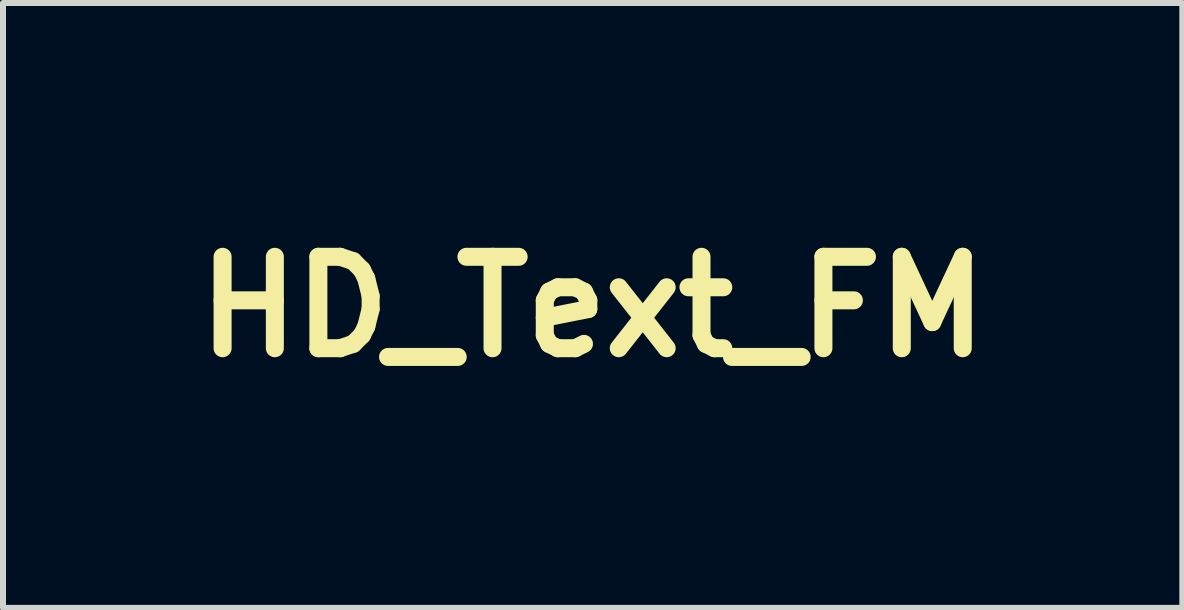
<source format=kicad_pcb>
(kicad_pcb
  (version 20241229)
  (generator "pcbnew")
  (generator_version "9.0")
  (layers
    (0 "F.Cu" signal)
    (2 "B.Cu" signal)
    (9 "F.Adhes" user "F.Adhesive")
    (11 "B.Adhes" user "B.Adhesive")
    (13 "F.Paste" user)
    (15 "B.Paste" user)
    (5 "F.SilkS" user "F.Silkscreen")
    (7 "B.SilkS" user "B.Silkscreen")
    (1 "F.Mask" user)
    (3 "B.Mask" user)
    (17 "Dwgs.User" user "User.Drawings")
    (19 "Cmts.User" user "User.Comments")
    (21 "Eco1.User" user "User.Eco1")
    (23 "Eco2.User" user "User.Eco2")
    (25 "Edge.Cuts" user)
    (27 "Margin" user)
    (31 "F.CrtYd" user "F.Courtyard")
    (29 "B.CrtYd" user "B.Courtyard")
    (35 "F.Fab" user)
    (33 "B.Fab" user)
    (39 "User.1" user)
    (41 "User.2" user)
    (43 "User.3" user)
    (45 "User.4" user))
  (footprint "HD_Text_FM"
    (layer "F.Cu")
    (at 6.829 2.065)
    (property "Reference" "HD_Text_FM" (at 0 0 0) (layer "F.SilkS") (effects (font (size 1.524 1.524) (thickness 0.3))))
    (attr through_hole)
    (fp_poly (pts (xy -1.948 -2.057) (xy -1.93 -2.057) (xy -1.915 -2.055) (xy -1.903 -2.054) (xy -1.9 -2.053) (xy -1.878 -2.046) (xy -1.859 -2.036) (xy -1.844 -2.024) (xy -1.833 -2.009) (xy -1.824 -1.991) (xy -1.82 -1.978) (xy -1.819 -1.97) (xy -1.817 -1.957) (xy -1.816 -1.942) (xy -1.815 -1.925) (xy -1.815 -1.907) (xy -1.815 -1.889) (xy -1.815 -1.872) (xy -1.816 -1.857) (xy -1.816 -1.851) (xy -1.82 -1.826) (xy -1.827 -1.804) (xy -1.836 -1.787) (xy -1.849 -1.772) (xy -1.865 -1.761) (xy -1.884 -1.752) (xy -1.903 -1.748) (xy -1.913 -1.746) (xy -1.928 -1.745) (xy -1.945 -1.744) (xy -1.963 -1.743) (xy -1.981 -1.743) (xy -1.999 -1.743) (xy -2.014 -1.743) (xy -2.025 -1.744) (xy -2.026 -1.744) (xy -2.049 -1.748) (xy -2.068 -1.754) (xy -2.084 -1.761) (xy -2.097 -1.77) (xy -2.107 -1.781) (xy -2.115 -1.795) (xy -2.115 -1.796) (xy -2.12 -1.806) (xy -2.124 -1.817) (xy -2.127 -1.827) (xy -2.127 -1.827) (xy -2.129 -1.837) (xy -2.131 -1.851) (xy -2.132 -1.867) (xy -2.133 -1.885) (xy -2.133 -1.904) (xy -2.133 -1.922) (xy -2.132 -1.939) (xy -2.132 -1.946) (xy -2.128 -1.972) (xy -2.122 -1.993) (xy -2.114 -2.011) (xy -2.103 -2.025) (xy -2.089 -2.037) (xy -2.071 -2.046) (xy -2.049 -2.053) (xy -2.047 -2.053) (xy -2.036 -2.055) (xy -2.022 -2.056) (xy -2.005 -2.057) (xy -1.986 -2.058) (xy -1.967 -2.058) (xy -1.948 -2.057)) (stroke (width 0.01) (type solid)) (fill yes) (layer "F.Mask"))
    (fp_poly (pts (xy 3.493 0.156) (xy 3.51 0.157) (xy 3.525 0.158) (xy 3.537 0.16) (xy 3.54 0.16) (xy 3.563 0.168) (xy 3.581 0.177) (xy 3.596 0.189) (xy 3.608 0.204) (xy 3.616 0.223) (xy 3.62 0.235) (xy 3.622 0.244) (xy 3.623 0.256) (xy 3.624 0.271) (xy 3.625 0.289) (xy 3.626 0.307) (xy 3.626 0.325) (xy 3.625 0.342) (xy 3.625 0.357) (xy 3.624 0.362) (xy 3.62 0.388) (xy 3.614 0.409) (xy 3.604 0.427) (xy 3.591 0.441) (xy 3.575 0.453) (xy 3.556 0.461) (xy 3.538 0.466) (xy 3.527 0.467) (xy 3.513 0.469) (xy 3.496 0.47) (xy 3.477 0.471) (xy 3.459 0.471) (xy 3.442 0.471) (xy 3.427 0.47) (xy 3.415 0.469) (xy 3.415 0.469) (xy 3.391 0.465) (xy 3.372 0.46) (xy 3.357 0.453) (xy 3.344 0.444) (xy 3.334 0.432) (xy 3.325 0.418) (xy 3.325 0.418) (xy 3.32 0.407) (xy 3.316 0.396) (xy 3.313 0.387) (xy 3.313 0.386) (xy 3.311 0.377) (xy 3.31 0.363) (xy 3.309 0.346) (xy 3.308 0.328) (xy 3.308 0.31) (xy 3.308 0.292) (xy 3.308 0.275) (xy 3.309 0.267) (xy 3.312 0.242) (xy 3.318 0.22) (xy 3.326 0.203) (xy 3.337 0.188) (xy 3.352 0.177) (xy 3.37 0.168) (xy 3.391 0.161) (xy 3.393 0.16) (xy 3.404 0.159) (xy 3.419 0.157) (xy 3.436 0.156) (xy 3.454 0.156) (xy 3.474 0.156) (xy 3.493 0.156)) (stroke (width 0.01) (type solid)) (fill yes) (layer "F.Mask"))
    (fp_poly (pts (xy -2.709 -1.628) (xy -2.661 -1.621) (xy -2.631 -1.615) (xy -2.588 -1.601) (xy -2.545 -1.583) (xy -2.503 -1.561) (xy -2.462 -1.534) (xy -2.435 -1.514) (xy -2.422 -1.502) (xy -2.407 -1.489) (xy -2.391 -1.473) (xy -2.376 -1.457) (xy -2.361 -1.44) (xy -2.348 -1.425) (xy -2.339 -1.413) (xy -2.321 -1.385) (xy -2.304 -1.354) (xy -2.289 -1.321) (xy -2.276 -1.287) (xy -2.267 -1.255) (xy -2.265 -1.245) (xy -2.259 -1.214) (xy -2.255 -1.179) (xy -2.252 -1.144) (xy -2.252 -1.109) (xy -2.253 -1.077) (xy -2.255 -1.063) (xy -2.262 -1.015) (xy -2.275 -0.969) (xy -2.291 -0.924) (xy -2.313 -0.881) (xy -2.338 -0.84) (xy -2.369 -0.8) (xy -2.396 -0.77) (xy -2.429 -0.738) (xy -2.466 -0.71) (xy -2.506 -0.685) (xy -2.548 -0.664) (xy -2.593 -0.647) (xy -2.64 -0.634) (xy -2.688 -0.624) (xy -2.707 -0.622) (xy -2.718 -0.621) (xy -2.732 -0.62) (xy -2.747 -0.62) (xy -2.762 -0.62) (xy -2.776 -0.62) (xy -2.789 -0.62) (xy -2.797 -0.621) (xy -2.799 -0.621) (xy -2.804 -0.621) (xy -2.812 -0.623) (xy -2.823 -0.624) (xy -2.827 -0.624) (xy -2.867 -0.631) (xy -2.908 -0.643) (xy -2.949 -0.658) (xy -2.989 -0.677) (xy -3.028 -0.699) (xy -3.064 -0.723) (xy -3.097 -0.75) (xy -3.123 -0.776) (xy -3.157 -0.815) (xy -3.186 -0.855) (xy -3.211 -0.896) (xy -3.231 -0.938) (xy -3.246 -0.982) (xy -3.257 -1.027) (xy -3.264 -1.074) (xy -3.266 -1.122) (xy -3.265 -1.129) (xy -2.939 -1.129) (xy -2.938 -1.102) (xy -2.933 -1.076) (xy -2.925 -1.051) (xy -2.914 -1.028) (xy -2.911 -1.023) (xy -2.899 -1.008) (xy -2.885 -0.994) (xy -2.868 -0.981) (xy -2.855 -0.973) (xy -2.827 -0.959) (xy -2.8 -0.95) (xy -2.772 -0.945) (xy -2.744 -0.946) (xy -2.717 -0.951) (xy -2.693 -0.959) (xy -2.67 -0.97) (xy -2.648 -0.984) (xy -2.629 -1) (xy -2.612 -1.017) (xy -2.6 -1.036) (xy -2.598 -1.04) (xy -2.591 -1.054) (xy -2.586 -1.067) (xy -2.583 -1.079) (xy -2.581 -1.093) (xy -2.58 -1.109) (xy -2.58 -1.127) (xy -2.58 -1.147) (xy -2.581 -1.163) (xy -2.584 -1.177) (xy -2.587 -1.189) (xy -2.592 -1.202) (xy -2.596 -1.211) (xy -2.609 -1.233) (xy -2.626 -1.252) (xy -2.647 -1.269) (xy -2.672 -1.284) (xy -2.674 -1.285) (xy -2.702 -1.296) (xy -2.73 -1.302) (xy -2.759 -1.304) (xy -2.788 -1.302) (xy -2.816 -1.295) (xy -2.843 -1.284) (xy -2.868 -1.269) (xy -2.891 -1.25) (xy -2.896 -1.245) (xy -2.911 -1.227) (xy -2.923 -1.205) (xy -2.931 -1.181) (xy -2.937 -1.155) (xy -2.939 -1.129) (xy -3.265 -1.129) (xy -3.263 -1.173) (xy -3.257 -1.222) (xy -3.246 -1.269) (xy -3.23 -1.314) (xy -3.211 -1.357) (xy -3.187 -1.397) (xy -3.158 -1.436) (xy -3.126 -1.472) (xy -3.089 -1.506) (xy -3.048 -1.537) (xy -3.031 -1.549) (xy -2.989 -1.573) (xy -2.946 -1.593) (xy -2.9 -1.609) (xy -2.854 -1.621) (xy -2.806 -1.628) (xy -2.758 -1.63) (xy -2.709 -1.628)) (stroke (width 0.01) (type solid)) (fill yes) (layer "F.Mask"))
    (fp_poly (pts (xy 4.301 0.585) (xy 4.349 0.592) (xy 4.379 0.599) (xy 4.422 0.612) (xy 4.465 0.63) (xy 4.508 0.653) (xy 4.549 0.679) (xy 4.576 0.7) (xy 4.589 0.711) (xy 4.603 0.725) (xy 4.619 0.741) (xy 4.635 0.757) (xy 4.649 0.773) (xy 4.662 0.788) (xy 4.672 0.801) (xy 4.69 0.829) (xy 4.706 0.86) (xy 4.721 0.893) (xy 4.734 0.926) (xy 4.744 0.958) (xy 4.746 0.968) (xy 4.752 1) (xy 4.756 1.034) (xy 4.758 1.069) (xy 4.758 1.104) (xy 4.757 1.137) (xy 4.756 1.15) (xy 4.748 1.198) (xy 4.736 1.245) (xy 4.719 1.289) (xy 4.698 1.332) (xy 4.672 1.374) (xy 4.642 1.414) (xy 4.615 1.444) (xy 4.581 1.475) (xy 4.544 1.503) (xy 4.504 1.528) (xy 4.462 1.549) (xy 4.417 1.566) (xy 4.371 1.58) (xy 4.323 1.589) (xy 4.303 1.592) (xy 4.292 1.592) (xy 4.279 1.593) (xy 4.264 1.594) (xy 4.248 1.594) (xy 4.234 1.594) (xy 4.222 1.593) (xy 4.213 1.593) (xy 4.212 1.593) (xy 4.206 1.592) (xy 4.198 1.591) (xy 4.188 1.59) (xy 4.184 1.589) (xy 4.143 1.582) (xy 4.102 1.571) (xy 4.062 1.555) (xy 4.021 1.537) (xy 3.983 1.515) (xy 3.947 1.49) (xy 3.913 1.463) (xy 3.887 1.438) (xy 3.853 1.399) (xy 3.824 1.359) (xy 3.8 1.318) (xy 3.78 1.275) (xy 3.764 1.231) (xy 3.753 1.186) (xy 3.747 1.139) (xy 3.745 1.091) (xy 3.745 1.085) (xy 4.072 1.085) (xy 4.073 1.111) (xy 4.077 1.138) (xy 4.085 1.163) (xy 4.096 1.185) (xy 4.099 1.191) (xy 4.111 1.206) (xy 4.125 1.219) (xy 4.142 1.232) (xy 4.156 1.241) (xy 4.183 1.255) (xy 4.21 1.264) (xy 4.238 1.268) (xy 4.266 1.267) (xy 4.294 1.262) (xy 4.318 1.254) (xy 4.341 1.243) (xy 4.362 1.229) (xy 4.382 1.213) (xy 4.398 1.196) (xy 4.41 1.178) (xy 4.413 1.173) (xy 4.419 1.159) (xy 4.424 1.147) (xy 4.427 1.134) (xy 4.429 1.12) (xy 4.43 1.104) (xy 4.43 1.086) (xy 4.43 1.067) (xy 4.429 1.05) (xy 4.427 1.037) (xy 4.424 1.024) (xy 4.419 1.012) (xy 4.415 1.002) (xy 4.402 0.981) (xy 4.385 0.962) (xy 4.364 0.945) (xy 4.338 0.93) (xy 4.336 0.929) (xy 4.309 0.918) (xy 4.28 0.911) (xy 4.251 0.909) (xy 4.222 0.912) (xy 4.194 0.918) (xy 4.168 0.929) (xy 4.142 0.944) (xy 4.119 0.963) (xy 4.115 0.968) (xy 4.1 0.987) (xy 4.088 1.008) (xy 4.079 1.033) (xy 4.074 1.058) (xy 4.072 1.085) (xy 3.745 1.085) (xy 3.747 1.04) (xy 3.754 0.991) (xy 3.765 0.944) (xy 3.78 0.899) (xy 3.8 0.857) (xy 3.824 0.816) (xy 3.852 0.778) (xy 3.885 0.742) (xy 3.921 0.708) (xy 3.962 0.676) (xy 3.979 0.665) (xy 4.021 0.64) (xy 4.065 0.62) (xy 4.11 0.604) (xy 4.157 0.593) (xy 4.204 0.586) (xy 4.253 0.583) (xy 4.301 0.585)) (stroke (width 0.01) (type solid)) (fill yes) (layer "F.Mask"))
    (fp_poly (pts (xy -1.97 -1.612) (xy -1.948 -1.612) (xy -1.929 -1.611) (xy -1.913 -1.61) (xy -1.9 -1.608) (xy -1.888 -1.605) (xy -1.877 -1.601) (xy -1.868 -1.597) (xy -1.855 -1.589) (xy -1.845 -1.579) (xy -1.836 -1.566) (xy -1.83 -1.554) (xy -1.828 -1.551) (xy -1.826 -1.547) (xy -1.825 -1.544) (xy -1.824 -1.541) (xy -1.823 -1.537) (xy -1.821 -1.533) (xy -1.82 -1.528) (xy -1.82 -1.522) (xy -1.819 -1.516) (xy -1.818 -1.507) (xy -1.818 -1.497) (xy -1.817 -1.486) (xy -1.817 -1.472) (xy -1.816 -1.456) (xy -1.816 -1.438) (xy -1.816 -1.416) (xy -1.816 -1.392) (xy -1.816 -1.365) (xy -1.816 -1.335) (xy -1.816 -1.301) (xy -1.815 -1.263) (xy -1.815 -1.221) (xy -1.815 -1.175) (xy -1.815 -1.125) (xy -1.815 -1.076) (xy -1.815 -1.023) (xy -1.816 -0.973) (xy -1.816 -0.928) (xy -1.816 -0.888) (xy -1.816 -0.851) (xy -1.816 -0.818) (xy -1.816 -0.789) (xy -1.816 -0.762) (xy -1.816 -0.739) (xy -1.816 -0.719) (xy -1.816 -0.701) (xy -1.816 -0.686) (xy -1.817 -0.673) (xy -1.817 -0.661) (xy -1.817 -0.652) (xy -1.817 -0.644) (xy -1.818 -0.637) (xy -1.818 -0.632) (xy -1.819 -0.627) (xy -1.819 -0.623) (xy -1.82 -0.619) (xy -1.82 -0.617) (xy -1.829 -0.57) (xy -1.842 -0.527) (xy -1.859 -0.486) (xy -1.879 -0.448) (xy -1.904 -0.412) (xy -1.933 -0.379) (xy -1.966 -0.347) (xy -2.003 -0.318) (xy -2.025 -0.302) (xy -2.062 -0.28) (xy -2.098 -0.261) (xy -2.135 -0.246) (xy -2.175 -0.234) (xy -2.206 -0.227) (xy -2.215 -0.225) (xy -2.224 -0.224) (xy -2.235 -0.223) (xy -2.248 -0.222) (xy -2.264 -0.222) (xy -2.283 -0.221) (xy -2.288 -0.221) (xy -2.306 -0.221) (xy -2.322 -0.221) (xy -2.336 -0.221) (xy -2.348 -0.222) (xy -2.356 -0.222) (xy -2.359 -0.222) (xy -2.377 -0.227) (xy -2.394 -0.234) (xy -2.409 -0.243) (xy -2.42 -0.253) (xy -2.424 -0.258) (xy -2.433 -0.275) (xy -2.441 -0.296) (xy -2.446 -0.32) (xy -2.449 -0.347) (xy -2.45 -0.376) (xy -2.449 -0.406) (xy -2.448 -0.411) (xy -2.444 -0.439) (xy -2.439 -0.463) (xy -2.432 -0.482) (xy -2.422 -0.497) (xy -2.412 -0.508) (xy -2.411 -0.508) (xy -2.398 -0.517) (xy -2.383 -0.524) (xy -2.367 -0.529) (xy -2.347 -0.533) (xy -2.325 -0.536) (xy -2.305 -0.537) (xy -2.283 -0.539) (xy -2.264 -0.541) (xy -2.248 -0.544) (xy -2.233 -0.549) (xy -2.218 -0.555) (xy -2.21 -0.559) (xy -2.188 -0.571) (xy -2.171 -0.586) (xy -2.157 -0.604) (xy -2.146 -0.625) (xy -2.141 -0.639) (xy -2.135 -0.659) (xy -2.133 -1.084) (xy -2.133 -1.137) (xy -2.133 -1.186) (xy -2.133 -1.231) (xy -2.133 -1.271) (xy -2.133 -1.307) (xy -2.133 -1.34) (xy -2.132 -1.369) (xy -2.132 -1.394) (xy -2.132 -1.417) (xy -2.132 -1.437) (xy -2.132 -1.454) (xy -2.131 -1.468) (xy -2.131 -1.481) (xy -2.131 -1.491) (xy -2.131 -1.5) (xy -2.13 -1.507) (xy -2.13 -1.512) (xy -2.129 -1.517) (xy -2.129 -1.52) (xy -2.128 -1.523) (xy -2.128 -1.525) (xy -2.121 -1.548) (xy -2.11 -1.568) (xy -2.097 -1.583) (xy -2.081 -1.595) (xy -2.075 -1.598) (xy -2.063 -1.603) (xy -2.05 -1.606) (xy -2.036 -1.609) (xy -2.019 -1.611) (xy -1.999 -1.612) (xy -1.976 -1.612) (xy -1.97 -1.612)) (stroke (width 0.01) (type solid)) (fill yes) (layer "F.Mask"))
    (fp_poly (pts (xy 3.47 0.601) (xy 3.493 0.602) (xy 3.512 0.602) (xy 3.527 0.604) (xy 3.54 0.606) (xy 3.552 0.609) (xy 3.563 0.613) (xy 3.572 0.617) (xy 3.585 0.625) (xy 3.596 0.634) (xy 3.604 0.647) (xy 3.611 0.659) (xy 3.612 0.663) (xy 3.614 0.666) (xy 3.615 0.669) (xy 3.617 0.673) (xy 3.618 0.676) (xy 3.619 0.68) (xy 3.62 0.685) (xy 3.621 0.691) (xy 3.622 0.698) (xy 3.622 0.706) (xy 3.623 0.716) (xy 3.623 0.728) (xy 3.624 0.741) (xy 3.624 0.757) (xy 3.624 0.776) (xy 3.624 0.797) (xy 3.625 0.821) (xy 3.625 0.848) (xy 3.625 0.879) (xy 3.625 0.913) (xy 3.625 0.95) (xy 3.625 0.992) (xy 3.625 1.038) (xy 3.625 1.089) (xy 3.625 1.137) (xy 3.625 1.191) (xy 3.625 1.24) (xy 3.625 1.285) (xy 3.625 1.326) (xy 3.625 1.362) (xy 3.625 1.395) (xy 3.625 1.425) (xy 3.625 1.451) (xy 3.625 1.474) (xy 3.624 1.495) (xy 3.624 1.512) (xy 3.624 1.528) (xy 3.624 1.541) (xy 3.624 1.552) (xy 3.623 1.562) (xy 3.623 1.57) (xy 3.623 1.576) (xy 3.622 1.582) (xy 3.622 1.587) (xy 3.621 1.591) (xy 3.621 1.595) (xy 3.621 1.597) (xy 3.611 1.643) (xy 3.598 1.686) (xy 3.582 1.727) (xy 3.561 1.765) (xy 3.537 1.801) (xy 3.508 1.834) (xy 3.475 1.866) (xy 3.437 1.896) (xy 3.415 1.911) (xy 3.379 1.934) (xy 3.342 1.952) (xy 3.305 1.967) (xy 3.266 1.979) (xy 3.235 1.986) (xy 3.226 1.988) (xy 3.216 1.989) (xy 3.206 1.99) (xy 3.193 1.991) (xy 3.177 1.992) (xy 3.157 1.992) (xy 3.152 1.992) (xy 3.135 1.992) (xy 3.119 1.992) (xy 3.105 1.992) (xy 3.093 1.992) (xy 3.085 1.991) (xy 3.082 1.991) (xy 3.064 1.986) (xy 3.046 1.979) (xy 3.032 1.97) (xy 3.02 1.96) (xy 3.016 1.955) (xy 3.007 1.938) (xy 3 1.918) (xy 2.994 1.893) (xy 2.991 1.867) (xy 2.99 1.838) (xy 2.992 1.807) (xy 2.992 1.802) (xy 2.996 1.774) (xy 3.002 1.751) (xy 3.009 1.732) (xy 3.018 1.716) (xy 3.029 1.705) (xy 3.029 1.705) (xy 3.043 1.697) (xy 3.057 1.69) (xy 3.074 1.684) (xy 3.093 1.681) (xy 3.116 1.678) (xy 3.136 1.676) (xy 3.158 1.675) (xy 3.176 1.672) (xy 3.193 1.669) (xy 3.208 1.664) (xy 3.222 1.658) (xy 3.231 1.654) (xy 3.252 1.642) (xy 3.27 1.627) (xy 3.283 1.609) (xy 3.294 1.588) (xy 3.299 1.574) (xy 3.306 1.554) (xy 3.307 1.13) (xy 3.307 1.076) (xy 3.307 1.027) (xy 3.307 0.983) (xy 3.308 0.943) (xy 3.308 0.906) (xy 3.308 0.874) (xy 3.308 0.845) (xy 3.308 0.819) (xy 3.308 0.796) (xy 3.309 0.777) (xy 3.309 0.76) (xy 3.309 0.745) (xy 3.309 0.733) (xy 3.31 0.722) (xy 3.31 0.714) (xy 3.31 0.707) (xy 3.311 0.701) (xy 3.311 0.697) (xy 3.311 0.693) (xy 3.312 0.69) (xy 3.312 0.688) (xy 3.32 0.665) (xy 3.33 0.646) (xy 3.344 0.63) (xy 3.36 0.619) (xy 3.366 0.616) (xy 3.378 0.611) (xy 3.39 0.607) (xy 3.405 0.604) (xy 3.421 0.603) (xy 3.441 0.602) (xy 3.465 0.601) (xy 3.47 0.601)) (stroke (width 0.01) (type solid)) (fill yes) (layer "F.Mask"))
    (fp_poly (pts (xy -2.923 0.597) (xy -2.92 0.598) (xy -2.885 0.601) (xy -2.853 0.606) (xy -2.825 0.614) (xy -2.801 0.624) (xy -2.781 0.635) (xy -2.767 0.646) (xy -2.757 0.658) (xy -2.749 0.671) (xy -2.743 0.686) (xy -2.739 0.703) (xy -2.737 0.724) (xy -2.737 0.728) (xy -2.737 0.752) (xy -2.74 0.777) (xy -2.745 0.803) (xy -2.753 0.828) (xy -2.763 0.852) (xy -2.774 0.874) (xy -2.787 0.893) (xy -2.8 0.91) (xy -2.815 0.922) (xy -2.82 0.926) (xy -2.834 0.933) (xy -2.849 0.937) (xy -2.867 0.939) (xy -2.875 0.939) (xy -2.883 0.939) (xy -2.89 0.938) (xy -2.897 0.937) (xy -2.904 0.936) (xy -2.913 0.933) (xy -2.925 0.93) (xy -2.939 0.925) (xy -2.95 0.921) (xy -2.975 0.914) (xy -3 0.911) (xy -3.026 0.911) (xy -3.05 0.915) (xy -3.072 0.922) (xy -3.084 0.928) (xy -3.105 0.942) (xy -3.123 0.958) (xy -3.136 0.976) (xy -3.146 0.994) (xy -3.147 0.998) (xy -3.148 1.001) (xy -3.149 1.004) (xy -3.149 1.008) (xy -3.15 1.012) (xy -3.15 1.017) (xy -3.151 1.024) (xy -3.151 1.032) (xy -3.151 1.042) (xy -3.152 1.055) (xy -3.152 1.07) (xy -3.152 1.088) (xy -3.152 1.11) (xy -3.152 1.135) (xy -3.152 1.164) (xy -3.152 1.198) (xy -3.152 1.23) (xy -3.152 1.262) (xy -3.152 1.294) (xy -3.152 1.324) (xy -3.152 1.352) (xy -3.153 1.379) (xy -3.153 1.402) (xy -3.153 1.423) (xy -3.154 1.441) (xy -3.154 1.455) (xy -3.154 1.464) (xy -3.154 1.469) (xy -3.159 1.494) (xy -3.166 1.515) (xy -3.177 1.533) (xy -3.19 1.548) (xy -3.206 1.558) (xy -3.218 1.564) (xy -3.231 1.568) (xy -3.246 1.571) (xy -3.262 1.574) (xy -3.282 1.575) (xy -3.305 1.576) (xy -3.307 1.576) (xy -3.323 1.576) (xy -3.338 1.576) (xy -3.351 1.576) (xy -3.361 1.575) (xy -3.368 1.575) (xy -3.394 1.569) (xy -3.417 1.562) (xy -3.435 1.552) (xy -3.45 1.54) (xy -3.461 1.526) (xy -3.465 1.518) (xy -3.467 1.514) (xy -3.469 1.511) (xy -3.47 1.508) (xy -3.471 1.504) (xy -3.473 1.5) (xy -3.474 1.495) (xy -3.474 1.489) (xy -3.475 1.482) (xy -3.476 1.474) (xy -3.476 1.464) (xy -3.477 1.452) (xy -3.477 1.437) (xy -3.478 1.421) (xy -3.478 1.402) (xy -3.478 1.38) (xy -3.478 1.355) (xy -3.478 1.327) (xy -3.478 1.295) (xy -3.478 1.26) (xy -3.478 1.221) (xy -3.478 1.177) (xy -3.478 1.129) (xy -3.478 1.085) (xy -3.478 1.034) (xy -3.478 0.989) (xy -3.478 0.947) (xy -3.478 0.91) (xy -3.477 0.877) (xy -3.477 0.847) (xy -3.477 0.821) (xy -3.477 0.798) (xy -3.477 0.778) (xy -3.477 0.761) (xy -3.477 0.747) (xy -3.476 0.734) (xy -3.476 0.724) (xy -3.476 0.716) (xy -3.475 0.709) (xy -3.475 0.703) (xy -3.475 0.699) (xy -3.474 0.696) (xy -3.474 0.693) (xy -3.473 0.691) (xy -3.473 0.691) (xy -3.466 0.671) (xy -3.458 0.655) (xy -3.448 0.641) (xy -3.435 0.63) (xy -3.42 0.622) (xy -3.402 0.615) (xy -3.38 0.611) (xy -3.353 0.607) (xy -3.348 0.607) (xy -3.326 0.606) (xy -3.304 0.606) (xy -3.281 0.607) (xy -3.26 0.609) (xy -3.242 0.612) (xy -3.235 0.613) (xy -3.218 0.619) (xy -3.203 0.626) (xy -3.189 0.635) (xy -3.182 0.641) (xy -3.174 0.653) (xy -3.166 0.668) (xy -3.16 0.683) (xy -3.158 0.694) (xy -3.156 0.706) (xy -3.136 0.685) (xy -3.121 0.67) (xy -3.103 0.656) (xy -3.082 0.643) (xy -3.057 0.629) (xy -3.044 0.622) (xy -3.023 0.612) (xy -3.004 0.605) (xy -2.986 0.6) (xy -2.967 0.597) (xy -2.947 0.597) (xy -2.923 0.597)) (stroke (width 0.01) (type solid)) (fill yes) (layer "F.Mask"))
    (fp_poly (pts (xy 2.205 -1.616) (xy 2.209 -1.616) (xy 2.244 -1.612) (xy 2.275 -1.607) (xy 2.303 -1.599) (xy 2.328 -1.59) (xy 2.348 -1.578) (xy 2.361 -1.567) (xy 2.372 -1.555) (xy 2.38 -1.542) (xy 2.385 -1.528) (xy 2.389 -1.511) (xy 2.391 -1.49) (xy 2.392 -1.485) (xy 2.391 -1.461) (xy 2.388 -1.436) (xy 2.383 -1.411) (xy 2.375 -1.386) (xy 2.366 -1.362) (xy 2.354 -1.34) (xy 2.342 -1.32) (xy 2.328 -1.304) (xy 2.314 -1.291) (xy 2.309 -1.288) (xy 2.294 -1.281) (xy 2.279 -1.277) (xy 2.262 -1.275) (xy 2.253 -1.275) (xy 2.245 -1.275) (xy 2.238 -1.275) (xy 2.231 -1.276) (xy 2.224 -1.278) (xy 2.215 -1.28) (xy 2.204 -1.284) (xy 2.189 -1.289) (xy 2.178 -1.293) (xy 2.153 -1.299) (xy 2.128 -1.303) (xy 2.103 -1.302) (xy 2.078 -1.298) (xy 2.056 -1.291) (xy 2.044 -1.285) (xy 2.023 -1.271) (xy 2.006 -1.255) (xy 1.992 -1.238) (xy 1.983 -1.22) (xy 1.981 -1.215) (xy 1.98 -1.212) (xy 1.98 -1.209) (xy 1.979 -1.206) (xy 1.978 -1.202) (xy 1.978 -1.197) (xy 1.978 -1.19) (xy 1.977 -1.182) (xy 1.977 -1.171) (xy 1.977 -1.159) (xy 1.977 -1.143) (xy 1.977 -1.125) (xy 1.976 -1.103) (xy 1.976 -1.078) (xy 1.976 -1.049) (xy 1.976 -1.016) (xy 1.976 -0.984) (xy 1.976 -0.951) (xy 1.976 -0.92) (xy 1.976 -0.889) (xy 1.976 -0.861) (xy 1.976 -0.835) (xy 1.975 -0.811) (xy 1.975 -0.79) (xy 1.975 -0.773) (xy 1.975 -0.759) (xy 1.974 -0.749) (xy 1.974 -0.744) (xy 1.97 -0.72) (xy 1.962 -0.698) (xy 1.952 -0.68) (xy 1.938 -0.666) (xy 1.923 -0.655) (xy 1.91 -0.65) (xy 1.897 -0.645) (xy 1.883 -0.642) (xy 1.866 -0.64) (xy 1.847 -0.638) (xy 1.823 -0.637) (xy 1.822 -0.637) (xy 1.806 -0.637) (xy 1.791 -0.637) (xy 1.778 -0.638) (xy 1.767 -0.638) (xy 1.761 -0.639) (xy 1.734 -0.644) (xy 1.712 -0.652) (xy 1.694 -0.661) (xy 1.679 -0.673) (xy 1.667 -0.687) (xy 1.663 -0.695) (xy 1.661 -0.699) (xy 1.66 -0.702) (xy 1.658 -0.706) (xy 1.657 -0.709) (xy 1.656 -0.713) (xy 1.655 -0.718) (xy 1.654 -0.724) (xy 1.653 -0.731) (xy 1.652 -0.74) (xy 1.652 -0.75) (xy 1.651 -0.762) (xy 1.651 -0.776) (xy 1.651 -0.792) (xy 1.65 -0.812) (xy 1.65 -0.833) (xy 1.65 -0.858) (xy 1.65 -0.886) (xy 1.65 -0.918) (xy 1.65 -0.953) (xy 1.65 -0.993) (xy 1.65 -1.036) (xy 1.65 -1.084) (xy 1.65 -1.129) (xy 1.65 -1.179) (xy 1.651 -1.225) (xy 1.651 -1.266) (xy 1.651 -1.303) (xy 1.651 -1.337) (xy 1.651 -1.366) (xy 1.651 -1.392) (xy 1.651 -1.415) (xy 1.651 -1.435) (xy 1.652 -1.452) (xy 1.652 -1.467) (xy 1.652 -1.479) (xy 1.652 -1.489) (xy 1.653 -1.498) (xy 1.653 -1.505) (xy 1.653 -1.51) (xy 1.654 -1.514) (xy 1.654 -1.518) (xy 1.655 -1.52) (xy 1.655 -1.522) (xy 1.655 -1.523) (xy 1.662 -1.542) (xy 1.671 -1.559) (xy 1.681 -1.572) (xy 1.693 -1.583) (xy 1.708 -1.592) (xy 1.727 -1.598) (xy 1.749 -1.603) (xy 1.775 -1.606) (xy 1.781 -1.607) (xy 1.802 -1.608) (xy 1.825 -1.608) (xy 1.847 -1.607) (xy 1.868 -1.605) (xy 1.886 -1.602) (xy 1.893 -1.6) (xy 1.91 -1.595) (xy 1.926 -1.587) (xy 1.939 -1.579) (xy 1.946 -1.572) (xy 1.955 -1.56) (xy 1.962 -1.546) (xy 1.968 -1.531) (xy 1.97 -1.52) (xy 1.972 -1.507) (xy 1.992 -1.528) (xy 2.008 -1.543) (xy 2.025 -1.557) (xy 2.046 -1.571) (xy 2.071 -1.584) (xy 2.084 -1.591) (xy 2.106 -1.601) (xy 2.125 -1.609) (xy 2.143 -1.613) (xy 2.161 -1.616) (xy 2.182 -1.617) (xy 2.205 -1.616)) (stroke (width 0.01) (type solid)) (fill yes) (layer "F.Mask"))
    (fp_poly (pts (xy 1.889 0.15) (xy 1.916 0.155) (xy 1.94 0.162) (xy 1.96 0.171) (xy 1.972 0.179) (xy 1.978 0.186) (xy 1.986 0.197) (xy 1.993 0.21) (xy 1.999 0.224) (xy 2.002 0.232) (xy 2.003 0.234) (xy 2.003 0.236) (xy 2.004 0.239) (xy 2.004 0.242) (xy 2.004 0.246) (xy 2.005 0.252) (xy 2.005 0.258) (xy 2.005 0.267) (xy 2.005 0.277) (xy 2.006 0.288) (xy 2.006 0.303) (xy 2.006 0.319) (xy 2.006 0.338) (xy 2.006 0.36) (xy 2.007 0.384) (xy 2.007 0.412) (xy 2.007 0.443) (xy 2.007 0.478) (xy 2.007 0.516) (xy 2.007 0.559) (xy 2.008 0.605) (xy 2.008 0.656) (xy 2.008 0.712) (xy 2.008 0.734) (xy 2.008 0.792) (xy 2.008 0.845) (xy 2.008 0.893) (xy 2.008 0.937) (xy 2.009 0.978) (xy 2.009 1.014) (xy 2.009 1.047) (xy 2.009 1.076) (xy 2.009 1.102) (xy 2.009 1.125) (xy 2.01 1.145) (xy 2.01 1.163) (xy 2.01 1.178) (xy 2.01 1.19) (xy 2.011 1.201) (xy 2.011 1.21) (xy 2.011 1.217) (xy 2.011 1.223) (xy 2.012 1.227) (xy 2.012 1.231) (xy 2.013 1.233) (xy 2.013 1.235) (xy 2.013 1.236) (xy 2.017 1.246) (xy 2.021 1.252) (xy 2.026 1.257) (xy 2.034 1.261) (xy 2.034 1.261) (xy 2.04 1.263) (xy 2.047 1.265) (xy 2.056 1.266) (xy 2.068 1.267) (xy 2.083 1.268) (xy 2.097 1.268) (xy 2.108 1.269) (xy 2.116 1.27) (xy 2.122 1.271) (xy 2.127 1.273) (xy 2.133 1.276) (xy 2.133 1.276) (xy 2.147 1.284) (xy 2.159 1.295) (xy 2.168 1.307) (xy 2.174 1.323) (xy 2.18 1.342) (xy 2.181 1.347) (xy 2.183 1.361) (xy 2.185 1.378) (xy 2.186 1.397) (xy 2.186 1.418) (xy 2.186 1.439) (xy 2.185 1.46) (xy 2.183 1.478) (xy 2.181 1.493) (xy 2.18 1.498) (xy 2.175 1.518) (xy 2.168 1.535) (xy 2.16 1.549) (xy 2.156 1.553) (xy 2.147 1.56) (xy 2.135 1.566) (xy 2.119 1.572) (xy 2.11 1.574) (xy 2.099 1.575) (xy 2.085 1.577) (xy 2.068 1.578) (xy 2.05 1.578) (xy 2.031 1.579) (xy 2.012 1.578) (xy 1.995 1.578) (xy 1.988 1.577) (xy 1.947 1.573) (xy 1.911 1.568) (xy 1.878 1.562) (xy 1.85 1.555) (xy 1.824 1.546) (xy 1.802 1.536) (xy 1.783 1.525) (xy 1.766 1.511) (xy 1.759 1.505) (xy 1.744 1.487) (xy 1.731 1.465) (xy 1.719 1.438) (xy 1.709 1.408) (xy 1.7 1.373) (xy 1.694 1.335) (xy 1.692 1.325) (xy 1.691 1.317) (xy 1.69 1.309) (xy 1.689 1.3) (xy 1.689 1.29) (xy 1.688 1.28) (xy 1.687 1.268) (xy 1.687 1.255) (xy 1.686 1.241) (xy 1.686 1.225) (xy 1.685 1.207) (xy 1.685 1.187) (xy 1.685 1.165) (xy 1.684 1.14) (xy 1.684 1.112) (xy 1.684 1.082) (xy 1.684 1.048) (xy 1.684 1.01) (xy 1.684 0.969) (xy 1.684 0.925) (xy 1.684 0.876) (xy 1.684 0.823) (xy 1.684 0.765) (xy 1.684 0.722) (xy 1.684 0.665) (xy 1.684 0.613) (xy 1.684 0.565) (xy 1.685 0.521) (xy 1.685 0.482) (xy 1.685 0.446) (xy 1.685 0.414) (xy 1.685 0.385) (xy 1.685 0.359) (xy 1.685 0.337) (xy 1.686 0.317) (xy 1.686 0.299) (xy 1.686 0.284) (xy 1.687 0.271) (xy 1.687 0.26) (xy 1.688 0.251) (xy 1.689 0.243) (xy 1.689 0.237) (xy 1.69 0.231) (xy 1.691 0.227) (xy 1.692 0.223) (xy 1.693 0.219) (xy 1.695 0.216) (xy 1.696 0.213) (xy 1.698 0.21) (xy 1.699 0.206) (xy 1.7 0.205) (xy 1.709 0.191) (xy 1.72 0.179) (xy 1.735 0.169) (xy 1.753 0.161) (xy 1.775 0.155) (xy 1.801 0.151) (xy 1.827 0.149) (xy 1.859 0.148) (xy 1.889 0.15)) (stroke (width 0.01) (type solid)) (fill yes) (layer "F.Mask"))
    (fp_poly (pts (xy 4.997 0.588) (xy 5.013 0.591) (xy 5.027 0.596) (xy 5.039 0.604) (xy 5.052 0.616) (xy 5.064 0.631) (xy 5.077 0.65) (xy 5.083 0.66) (xy 5.086 0.665) (xy 5.09 0.673) (xy 5.097 0.686) (xy 5.105 0.701) (xy 5.115 0.72) (xy 5.126 0.742) (xy 5.139 0.766) (xy 5.152 0.792) (xy 5.167 0.82) (xy 5.182 0.849) (xy 5.198 0.88) (xy 5.214 0.911) (xy 5.231 0.942) (xy 5.246 0.972) (xy 5.261 1.001) (xy 5.275 1.028) (xy 5.288 1.052) (xy 5.3 1.075) (xy 5.31 1.095) (xy 5.319 1.112) (xy 5.327 1.126) (xy 5.332 1.136) (xy 5.336 1.143) (xy 5.337 1.146) (xy 5.337 1.146) (xy 5.338 1.145) (xy 5.341 1.142) (xy 5.344 1.136) (xy 5.349 1.128) (xy 5.356 1.116) (xy 5.364 1.101) (xy 5.373 1.083) (xy 5.385 1.062) (xy 5.398 1.037) (xy 5.413 1.008) (xy 5.43 0.975) (xy 5.449 0.938) (xy 5.46 0.918) (xy 5.476 0.887) (xy 5.492 0.856) (xy 5.508 0.826) (xy 5.523 0.797) (xy 5.537 0.77) (xy 5.55 0.746) (xy 5.562 0.723) (xy 5.572 0.704) (xy 5.581 0.687) (xy 5.588 0.674) (xy 5.593 0.664) (xy 5.596 0.659) (xy 5.61 0.638) (xy 5.623 0.622) (xy 5.637 0.609) (xy 5.652 0.6) (xy 5.669 0.593) (xy 5.684 0.59) (xy 5.701 0.589) (xy 5.719 0.591) (xy 5.738 0.596) (xy 5.758 0.604) (xy 5.782 0.615) (xy 5.792 0.621) (xy 5.821 0.639) (xy 5.845 0.657) (xy 5.866 0.676) (xy 5.881 0.695) (xy 5.892 0.715) (xy 5.898 0.735) (xy 5.9 0.75) (xy 5.899 0.762) (xy 5.895 0.776) (xy 5.89 0.793) (xy 5.883 0.81) (xy 5.878 0.822) (xy 5.875 0.827) (xy 5.87 0.836) (xy 5.863 0.849) (xy 5.854 0.865) (xy 5.843 0.884) (xy 5.83 0.906) (xy 5.816 0.931) (xy 5.8 0.958) (xy 5.783 0.988) (xy 5.765 1.019) (xy 5.745 1.053) (xy 5.725 1.087) (xy 5.704 1.123) (xy 5.683 1.16) (xy 5.67 1.182) (xy 5.642 1.23) (xy 5.616 1.274) (xy 5.592 1.315) (xy 5.571 1.352) (xy 5.551 1.384) (xy 5.534 1.414) (xy 5.519 1.439) (xy 5.506 1.461) (xy 5.494 1.48) (xy 5.485 1.496) (xy 5.477 1.508) (xy 5.471 1.518) (xy 5.467 1.524) (xy 5.464 1.528) (xy 5.464 1.528) (xy 5.445 1.545) (xy 5.423 1.561) (xy 5.399 1.573) (xy 5.382 1.58) (xy 5.369 1.583) (xy 5.354 1.585) (xy 5.337 1.586) (xy 5.32 1.585) (xy 5.308 1.583) (xy 5.293 1.579) (xy 5.277 1.572) (xy 5.26 1.564) (xy 5.245 1.554) (xy 5.238 1.55) (xy 5.229 1.542) (xy 5.22 1.533) (xy 5.211 1.523) (xy 5.211 1.523) (xy 5.209 1.52) (xy 5.204 1.512) (xy 5.198 1.501) (xy 5.189 1.487) (xy 5.179 1.47) (xy 5.166 1.449) (xy 5.153 1.427) (xy 5.138 1.401) (xy 5.122 1.374) (xy 5.105 1.346) (xy 5.087 1.315) (xy 5.068 1.284) (xy 5.049 1.251) (xy 5.03 1.218) (xy 5.01 1.185) (xy 4.991 1.151) (xy 4.971 1.118) (xy 4.952 1.085) (xy 4.933 1.053) (xy 4.915 1.022) (xy 4.897 0.992) (xy 4.881 0.963) (xy 4.865 0.937) (xy 4.851 0.912) (xy 4.838 0.89) (xy 4.827 0.87) (xy 4.817 0.854) (xy 4.809 0.84) (xy 4.803 0.83) (xy 4.8 0.823) (xy 4.799 0.822) (xy 4.788 0.798) (xy 4.781 0.775) (xy 4.779 0.754) (xy 4.78 0.734) (xy 4.786 0.715) (xy 4.796 0.697) (xy 4.811 0.678) (xy 4.818 0.671) (xy 4.834 0.656) (xy 4.851 0.643) (xy 4.871 0.63) (xy 4.895 0.616) (xy 4.895 0.616) (xy 4.917 0.606) (xy 4.936 0.598) (xy 4.954 0.592) (xy 4.97 0.589) (xy 4.98 0.588) (xy 4.997 0.588)) (stroke (width 0.01) (type solid)) (fill yes) (layer "F.Mask"))
    (fp_poly (pts (xy -0.855 -1.607) (xy -0.831 -1.605) (xy -0.811 -1.603) (xy -0.794 -1.599) (xy -0.779 -1.594) (xy -0.778 -1.594) (xy -0.761 -1.586) (xy -0.747 -1.573) (xy -0.736 -1.557) (xy -0.727 -1.537) (xy -0.721 -1.514) (xy -0.718 -1.499) (xy -0.718 -1.494) (xy -0.718 -1.484) (xy -0.718 -1.47) (xy -0.717 -1.452) (xy -0.717 -1.43) (xy -0.717 -1.405) (xy -0.717 -1.378) (xy -0.717 -1.348) (xy -0.716 -1.316) (xy -0.716 -1.282) (xy -0.716 -1.247) (xy -0.716 -1.21) (xy -0.716 -1.173) (xy -0.716 -1.135) (xy -0.716 -1.097) (xy -0.716 -1.06) (xy -0.716 -1.023) (xy -0.716 -0.987) (xy -0.716 -0.952) (xy -0.716 -0.918) (xy -0.717 -0.887) (xy -0.717 -0.858) (xy -0.717 -0.831) (xy -0.717 -0.808) (xy -0.717 -0.787) (xy -0.718 -0.77) (xy -0.718 -0.757) (xy -0.718 -0.749) (xy -0.718 -0.746) (xy -0.721 -0.728) (xy -0.726 -0.71) (xy -0.732 -0.694) (xy -0.739 -0.681) (xy -0.741 -0.679) (xy -0.754 -0.666) (xy -0.77 -0.656) (xy -0.79 -0.649) (xy -0.814 -0.643) (xy -0.842 -0.64) (xy -0.873 -0.64) (xy -0.898 -0.641) (xy -0.924 -0.643) (xy -0.946 -0.646) (xy -0.964 -0.65) (xy -0.979 -0.655) (xy -0.991 -0.662) (xy -1.002 -0.67) (xy -1.006 -0.673) (xy -1.016 -0.684) (xy -1.023 -0.695) (xy -1.029 -0.708) (xy -1.032 -0.718) (xy -1.037 -0.735) (xy -1.046 -0.723) (xy -1.057 -0.711) (xy -1.071 -0.699) (xy -1.087 -0.687) (xy -1.102 -0.677) (xy -1.114 -0.67) (xy -1.137 -0.66) (xy -1.16 -0.652) (xy -1.185 -0.647) (xy -1.213 -0.643) (xy -1.227 -0.641) (xy -1.244 -0.64) (xy -1.258 -0.639) (xy -1.271 -0.639) (xy -1.284 -0.64) (xy -1.299 -0.641) (xy -1.338 -0.648) (xy -1.377 -0.659) (xy -1.415 -0.675) (xy -1.452 -0.696) (xy -1.489 -0.721) (xy -1.525 -0.751) (xy -1.546 -0.772) (xy -1.581 -0.81) (xy -1.611 -0.849) (xy -1.636 -0.89) (xy -1.657 -0.932) (xy -1.674 -0.976) (xy -1.686 -1.021) (xy -1.693 -1.068) (xy -1.696 -1.117) (xy -1.696 -1.121) (xy -1.372 -1.121) (xy -1.37 -1.095) (xy -1.363 -1.071) (xy -1.352 -1.048) (xy -1.337 -1.026) (xy -1.336 -1.024) (xy -1.316 -1.004) (xy -1.294 -0.987) (xy -1.27 -0.975) (xy -1.244 -0.967) (xy -1.217 -0.963) (xy -1.19 -0.964) (xy -1.177 -0.967) (xy -1.151 -0.974) (xy -1.128 -0.986) (xy -1.107 -1.002) (xy -1.098 -1.01) (xy -1.08 -1.033) (xy -1.066 -1.056) (xy -1.057 -1.081) (xy -1.052 -1.107) (xy -1.052 -1.124) (xy -1.054 -1.15) (xy -1.061 -1.176) (xy -1.071 -1.199) (xy -1.085 -1.221) (xy -1.102 -1.241) (xy -1.121 -1.257) (xy -1.143 -1.27) (xy -1.167 -1.279) (xy -1.175 -1.281) (xy -1.203 -1.285) (xy -1.23 -1.284) (xy -1.256 -1.278) (xy -1.281 -1.268) (xy -1.303 -1.255) (xy -1.324 -1.237) (xy -1.341 -1.215) (xy -1.356 -1.191) (xy -1.364 -1.17) (xy -1.37 -1.149) (xy -1.372 -1.125) (xy -1.372 -1.121) (xy -1.696 -1.121) (xy -1.696 -1.124) (xy -1.693 -1.172) (xy -1.687 -1.219) (xy -1.675 -1.265) (xy -1.659 -1.309) (xy -1.639 -1.351) (xy -1.614 -1.392) (xy -1.584 -1.432) (xy -1.553 -1.467) (xy -1.518 -1.5) (xy -1.482 -1.529) (xy -1.444 -1.554) (xy -1.406 -1.574) (xy -1.366 -1.589) (xy -1.326 -1.599) (xy -1.285 -1.605) (xy -1.27 -1.605) (xy -1.237 -1.605) (xy -1.206 -1.602) (xy -1.176 -1.595) (xy -1.146 -1.585) (xy -1.125 -1.576) (xy -1.104 -1.565) (xy -1.086 -1.554) (xy -1.071 -1.543) (xy -1.058 -1.53) (xy -1.055 -1.526) (xy -1.049 -1.519) (xy -1.044 -1.513) (xy -1.04 -1.509) (xy -1.04 -1.509) (xy -1.039 -1.51) (xy -1.037 -1.514) (xy -1.036 -1.52) (xy -1.029 -1.541) (xy -1.018 -1.559) (xy -1.003 -1.575) (xy -0.985 -1.588) (xy -0.963 -1.598) (xy -0.945 -1.603) (xy -0.936 -1.605) (xy -0.926 -1.606) (xy -0.913 -1.607) (xy -0.897 -1.607) (xy -0.882 -1.607) (xy -0.855 -1.607)) (stroke (width 0.01) (type solid)) (fill yes) (layer "F.Mask"))
    (fp_poly (pts (xy -5.521 0.226) (xy -5.486 0.226) (xy -5.454 0.226) (xy -5.427 0.226) (xy -5.403 0.227) (xy -5.382 0.227) (xy -5.363 0.227) (xy -5.347 0.228) (xy -5.333 0.228) (xy -5.321 0.229) (xy -5.31 0.23) (xy -5.3 0.231) (xy -5.29 0.232) (xy -5.281 0.234) (xy -5.272 0.235) (xy -5.262 0.237) (xy -5.254 0.239) (xy -5.2 0.252) (xy -5.147 0.269) (xy -5.096 0.292) (xy -5.047 0.318) (xy -5 0.349) (xy -4.954 0.385) (xy -4.91 0.425) (xy -4.896 0.439) (xy -4.864 0.474) (xy -4.837 0.508) (xy -4.812 0.544) (xy -4.79 0.581) (xy -4.777 0.606) (xy -4.756 0.656) (xy -4.738 0.708) (xy -4.726 0.761) (xy -4.717 0.816) (xy -4.714 0.872) (xy -4.715 0.929) (xy -4.715 0.933) (xy -4.72 0.991) (xy -4.73 1.046) (xy -4.744 1.1) (xy -4.762 1.151) (xy -4.784 1.2) (xy -4.811 1.247) (xy -4.842 1.292) (xy -4.877 1.337) (xy -4.917 1.379) (xy -4.923 1.385) (xy -4.957 1.416) (xy -4.99 1.444) (xy -5.024 1.468) (xy -5.059 1.49) (xy -5.088 1.505) (xy -5.122 1.521) (xy -5.156 1.535) (xy -5.19 1.547) (xy -5.226 1.556) (xy -5.264 1.565) (xy -5.283 1.568) (xy -5.288 1.569) (xy -5.293 1.57) (xy -5.299 1.57) (xy -5.304 1.571) (xy -5.311 1.572) (xy -5.319 1.572) (xy -5.328 1.572) (xy -5.339 1.573) (xy -5.352 1.573) (xy -5.367 1.573) (xy -5.386 1.573) (xy -5.407 1.573) (xy -5.432 1.573) (xy -5.461 1.574) (xy -5.493 1.574) (xy -5.531 1.574) (xy -5.543 1.574) (xy -5.576 1.574) (xy -5.608 1.574) (xy -5.638 1.574) (xy -5.666 1.574) (xy -5.692 1.574) (xy -5.715 1.574) (xy -5.735 1.574) (xy -5.752 1.574) (xy -5.765 1.574) (xy -5.774 1.573) (xy -5.779 1.573) (xy -5.779 1.573) (xy -5.804 1.568) (xy -5.824 1.562) (xy -5.841 1.555) (xy -5.855 1.546) (xy -5.865 1.534) (xy -5.874 1.52) (xy -5.881 1.502) (xy -5.886 1.481) (xy -5.892 1.457) (xy -5.892 0.893) (xy -5.892 0.83) (xy -5.892 0.772) (xy -5.892 0.719) (xy -5.892 0.67) (xy -5.892 0.625) (xy -5.892 0.584) (xy -5.892 0.554) (xy -5.564 0.554) (xy -5.564 1.249) (xy -5.451 1.248) (xy -5.423 1.247) (xy -5.401 1.247) (xy -5.381 1.247) (xy -5.366 1.246) (xy -5.353 1.246) (xy -5.343 1.245) (xy -5.335 1.245) (xy -5.328 1.244) (xy -5.323 1.243) (xy -5.319 1.242) (xy -5.279 1.231) (xy -5.241 1.214) (xy -5.204 1.194) (xy -5.17 1.169) (xy -5.137 1.14) (xy -5.133 1.135) (xy -5.107 1.105) (xy -5.085 1.073) (xy -5.068 1.04) (xy -5.055 1.004) (xy -5.046 0.966) (xy -5.042 0.926) (xy -5.041 0.904) (xy -5.043 0.868) (xy -5.047 0.835) (xy -5.054 0.804) (xy -5.064 0.774) (xy -5.075 0.749) (xy -5.094 0.714) (xy -5.118 0.682) (xy -5.145 0.653) (xy -5.175 0.626) (xy -5.208 0.604) (xy -5.243 0.585) (xy -5.279 0.57) (xy -5.283 0.569) (xy -5.294 0.566) (xy -5.304 0.563) (xy -5.314 0.56) (xy -5.324 0.559) (xy -5.335 0.557) (xy -5.348 0.556) (xy -5.362 0.555) (xy -5.379 0.555) (xy -5.399 0.554) (xy -5.422 0.554) (xy -5.449 0.554) (xy -5.458 0.554) (xy -5.564 0.554) (xy -5.892 0.554) (xy -5.892 0.546) (xy -5.891 0.512) (xy -5.891 0.482) (xy -5.891 0.455) (xy -5.891 0.43) (xy -5.891 0.408) (xy -5.891 0.389) (xy -5.89 0.373) (xy -5.89 0.358) (xy -5.889 0.346) (xy -5.889 0.335) (xy -5.888 0.326) (xy -5.888 0.319) (xy -5.887 0.312) (xy -5.886 0.307) (xy -5.885 0.303) (xy -5.884 0.299) (xy -5.883 0.296) (xy -5.882 0.293) (xy -5.88 0.291) (xy -5.879 0.288) (xy -5.877 0.285) (xy -5.875 0.282) (xy -5.875 0.281) (xy -5.866 0.266) (xy -5.855 0.254) (xy -5.842 0.245) (xy -5.825 0.237) (xy -5.804 0.231) (xy -5.802 0.231) (xy -5.799 0.23) (xy -5.795 0.229) (xy -5.79 0.229) (xy -5.785 0.228) (xy -5.779 0.228) (xy -5.771 0.227) (xy -5.761 0.227) (xy -5.75 0.227) (xy -5.735 0.227) (xy -5.718 0.226) (xy -5.698 0.226) (xy -5.675 0.226) (xy -5.647 0.226) (xy -5.616 0.226) (xy -5.58 0.226) (xy -5.561 0.226) (xy -5.521 0.226)) (stroke (width 0.01) (type solid)) (fill yes) (layer "F.Mask"))
    (fp_poly (pts (xy -1.433 0.587) (xy -1.412 0.593) (xy -1.392 0.604) (xy -1.384 0.609) (xy -1.381 0.612) (xy -1.379 0.614) (xy -1.376 0.616) (xy -1.374 0.618) (xy -1.371 0.622) (xy -1.368 0.626) (xy -1.364 0.632) (xy -1.36 0.639) (xy -1.354 0.648) (xy -1.347 0.659) (xy -1.339 0.673) (xy -1.329 0.689) (xy -1.317 0.709) (xy -1.304 0.732) (xy -1.288 0.759) (xy -1.276 0.78) (xy -1.259 0.808) (xy -1.243 0.836) (xy -1.226 0.864) (xy -1.209 0.893) (xy -1.192 0.921) (xy -1.176 0.948) (xy -1.16 0.974) (xy -1.146 0.998) (xy -1.133 1.02) (xy -1.121 1.04) (xy -1.111 1.056) (xy -1.102 1.07) (xy -1.096 1.08) (xy -1.096 1.081) (xy -1.089 1.091) (xy -1.08 1.069) (xy -1.075 1.056) (xy -1.068 1.04) (xy -1.06 1.021) (xy -1.051 1) (xy -1.04 0.976) (xy -1.029 0.951) (xy -1.017 0.924) (xy -1.005 0.897) (xy -0.992 0.869) (xy -0.979 0.841) (xy -0.966 0.813) (xy -0.954 0.786) (xy -0.942 0.76) (xy -0.93 0.735) (xy -0.919 0.713) (xy -0.91 0.692) (xy -0.901 0.674) (xy -0.894 0.659) (xy -0.888 0.647) (xy -0.883 0.639) (xy -0.881 0.636) (xy -0.869 0.619) (xy -0.857 0.607) (xy -0.844 0.599) (xy -0.829 0.594) (xy -0.811 0.592) (xy -0.799 0.592) (xy -0.783 0.593) (xy -0.766 0.595) (xy -0.749 0.599) (xy -0.73 0.606) (xy -0.71 0.613) (xy -0.683 0.626) (xy -0.659 0.639) (xy -0.638 0.654) (xy -0.621 0.67) (xy -0.608 0.686) (xy -0.602 0.696) (xy -0.596 0.712) (xy -0.593 0.729) (xy -0.593 0.746) (xy -0.597 0.766) (xy -0.605 0.788) (xy -0.613 0.807) (xy -0.615 0.812) (xy -0.619 0.821) (xy -0.625 0.834) (xy -0.633 0.851) (xy -0.642 0.871) (xy -0.652 0.895) (xy -0.665 0.922) (xy -0.678 0.952) (xy -0.693 0.985) (xy -0.708 1.02) (xy -0.725 1.058) (xy -0.743 1.098) (xy -0.762 1.14) (xy -0.782 1.184) (xy -0.802 1.229) (xy -0.823 1.276) (xy -0.844 1.324) (xy -0.866 1.373) (xy -0.867 1.375) (xy -0.889 1.424) (xy -0.91 1.472) (xy -0.931 1.519) (xy -0.952 1.564) (xy -0.971 1.608) (xy -0.99 1.65) (xy -1.008 1.69) (xy -1.025 1.728) (xy -1.041 1.763) (xy -1.055 1.796) (xy -1.069 1.826) (xy -1.081 1.853) (xy -1.092 1.877) (xy -1.101 1.898) (xy -1.109 1.915) (xy -1.115 1.928) (xy -1.119 1.937) (xy -1.121 1.942) (xy -1.121 1.942) (xy -1.131 1.96) (xy -1.141 1.975) (xy -1.151 1.987) (xy -1.163 1.996) (xy -1.166 1.998) (xy -1.183 2.007) (xy -1.202 2.011) (xy -1.223 2.012) (xy -1.245 2.009) (xy -1.254 2.007) (xy -1.28 1.999) (xy -1.305 1.989) (xy -1.329 1.978) (xy -1.352 1.966) (xy -1.372 1.953) (xy -1.389 1.94) (xy -1.398 1.932) (xy -1.411 1.914) (xy -1.42 1.896) (xy -1.424 1.878) (xy -1.423 1.86) (xy -1.421 1.852) (xy -1.415 1.833) (xy -1.407 1.81) (xy -1.397 1.783) (xy -1.384 1.752) (xy -1.369 1.716) (xy -1.352 1.676) (xy -1.333 1.633) (xy -1.311 1.585) (xy -1.287 1.532) (xy -1.265 1.486) (xy -1.259 1.472) (xy -1.255 1.461) (xy -1.252 1.454) (xy -1.25 1.449) (xy -1.25 1.445) (xy -1.251 1.444) (xy -1.252 1.441) (xy -1.256 1.435) (xy -1.262 1.424) (xy -1.27 1.411) (xy -1.28 1.394) (xy -1.292 1.374) (xy -1.306 1.351) (xy -1.321 1.326) (xy -1.337 1.298) (xy -1.355 1.269) (xy -1.373 1.237) (xy -1.393 1.204) (xy -1.413 1.17) (xy -1.435 1.134) (xy -1.44 1.125) (xy -1.461 1.089) (xy -1.482 1.054) (xy -1.502 1.02) (xy -1.522 0.987) (xy -1.54 0.956) (xy -1.557 0.927) (xy -1.573 0.9) (xy -1.587 0.876) (xy -1.6 0.854) (xy -1.611 0.835) (xy -1.62 0.819) (xy -1.628 0.807) (xy -1.633 0.798) (xy -1.635 0.793) (xy -1.636 0.792) (xy -1.641 0.779) (xy -1.646 0.765) (xy -1.65 0.752) (xy -1.652 0.742) (xy -1.652 0.739) (xy -1.651 0.729) (xy -1.647 0.716) (xy -1.641 0.703) (xy -1.633 0.691) (xy -1.63 0.686) (xy -1.618 0.672) (xy -1.602 0.658) (xy -1.583 0.643) (xy -1.562 0.629) (xy -1.54 0.615) (xy -1.518 0.604) (xy -1.497 0.595) (xy -1.478 0.589) (xy -1.455 0.585) (xy -1.433 0.587)) (stroke (width 0.01) (type solid)) (fill yes) (layer "F.Mask"))
    (fp_poly (pts (xy 0.744 0.587) (xy 0.765 0.593) (xy 0.785 0.604) (xy 0.793 0.609) (xy 0.796 0.612) (xy 0.798 0.614) (xy 0.801 0.616) (xy 0.803 0.618) (xy 0.806 0.622) (xy 0.809 0.626) (xy 0.813 0.632) (xy 0.817 0.639) (xy 0.823 0.648) (xy 0.83 0.659) (xy 0.838 0.673) (xy 0.848 0.689) (xy 0.86 0.709) (xy 0.873 0.732) (xy 0.889 0.759) (xy 0.902 0.78) (xy 0.918 0.808) (xy 0.935 0.836) (xy 0.952 0.864) (xy 0.968 0.893) (xy 0.985 0.921) (xy 1.001 0.948) (xy 1.017 0.974) (xy 1.031 0.998) (xy 1.045 1.02) (xy 1.056 1.04) (xy 1.067 1.056) (xy 1.075 1.07) (xy 1.081 1.08) (xy 1.081 1.081) (xy 1.088 1.091) (xy 1.097 1.069) (xy 1.102 1.056) (xy 1.109 1.04) (xy 1.117 1.021) (xy 1.127 1) (xy 1.137 0.976) (xy 1.148 0.951) (xy 1.16 0.924) (xy 1.172 0.897) (xy 1.185 0.869) (xy 1.198 0.841) (xy 1.211 0.813) (xy 1.223 0.786) (xy 1.235 0.76) (xy 1.247 0.735) (xy 1.258 0.713) (xy 1.267 0.692) (xy 1.276 0.674) (xy 1.284 0.659) (xy 1.289 0.647) (xy 1.294 0.639) (xy 1.296 0.636) (xy 1.308 0.619) (xy 1.32 0.607) (xy 1.334 0.599) (xy 1.348 0.594) (xy 1.366 0.592) (xy 1.378 0.592) (xy 1.395 0.593) (xy 1.411 0.595) (xy 1.428 0.599) (xy 1.447 0.606) (xy 1.467 0.613) (xy 1.494 0.626) (xy 1.518 0.639) (xy 1.539 0.654) (xy 1.557 0.67) (xy 1.57 0.686) (xy 1.575 0.696) (xy 1.581 0.712) (xy 1.584 0.729) (xy 1.584 0.746) (xy 1.58 0.766) (xy 1.572 0.788) (xy 1.564 0.807) (xy 1.562 0.812) (xy 1.558 0.821) (xy 1.552 0.834) (xy 1.545 0.851) (xy 1.535 0.871) (xy 1.525 0.895) (xy 1.513 0.922) (xy 1.499 0.952) (xy 1.485 0.985) (xy 1.469 1.02) (xy 1.452 1.058) (xy 1.434 1.098) (xy 1.415 1.14) (xy 1.396 1.184) (xy 1.375 1.229) (xy 1.354 1.276) (xy 1.333 1.324) (xy 1.311 1.373) (xy 1.31 1.375) (xy 1.288 1.424) (xy 1.267 1.472) (xy 1.246 1.519) (xy 1.226 1.564) (xy 1.206 1.608) (xy 1.187 1.65) (xy 1.169 1.69) (xy 1.152 1.728) (xy 1.136 1.763) (xy 1.122 1.796) (xy 1.108 1.826) (xy 1.096 1.853) (xy 1.085 1.877) (xy 1.076 1.898) (xy 1.068 1.915) (xy 1.062 1.928) (xy 1.058 1.937) (xy 1.056 1.942) (xy 1.056 1.942) (xy 1.046 1.96) (xy 1.036 1.975) (xy 1.026 1.987) (xy 1.014 1.996) (xy 1.012 1.998) (xy 0.994 2.007) (xy 0.975 2.011) (xy 0.955 2.012) (xy 0.932 2.009) (xy 0.923 2.007) (xy 0.897 1.999) (xy 0.872 1.989) (xy 0.848 1.978) (xy 0.825 1.966) (xy 0.805 1.953) (xy 0.788 1.94) (xy 0.779 1.932) (xy 0.766 1.914) (xy 0.757 1.896) (xy 0.753 1.878) (xy 0.754 1.86) (xy 0.756 1.852) (xy 0.762 1.833) (xy 0.77 1.81) (xy 0.78 1.783) (xy 0.793 1.752) (xy 0.808 1.716) (xy 0.825 1.676) (xy 0.845 1.633) (xy 0.866 1.585) (xy 0.89 1.532) (xy 0.912 1.486) (xy 0.918 1.472) (xy 0.923 1.461) (xy 0.925 1.454) (xy 0.927 1.449) (xy 0.927 1.445) (xy 0.926 1.444) (xy 0.925 1.441) (xy 0.921 1.435) (xy 0.915 1.424) (xy 0.907 1.411) (xy 0.897 1.394) (xy 0.885 1.374) (xy 0.871 1.351) (xy 0.856 1.326) (xy 0.84 1.298) (xy 0.823 1.269) (xy 0.804 1.237) (xy 0.784 1.204) (xy 0.764 1.17) (xy 0.743 1.134) (xy 0.737 1.125) (xy 0.716 1.089) (xy 0.695 1.054) (xy 0.675 1.02) (xy 0.655 0.987) (xy 0.637 0.956) (xy 0.62 0.927) (xy 0.604 0.9) (xy 0.59 0.876) (xy 0.577 0.854) (xy 0.566 0.835) (xy 0.557 0.819) (xy 0.55 0.807) (xy 0.545 0.798) (xy 0.542 0.793) (xy 0.542 0.792) (xy 0.536 0.779) (xy 0.531 0.765) (xy 0.527 0.752) (xy 0.525 0.742) (xy 0.525 0.739) (xy 0.526 0.729) (xy 0.53 0.716) (xy 0.536 0.703) (xy 0.544 0.691) (xy 0.547 0.686) (xy 0.559 0.672) (xy 0.575 0.658) (xy 0.594 0.643) (xy 0.615 0.629) (xy 0.637 0.615) (xy 0.659 0.604) (xy 0.68 0.595) (xy 0.699 0.589) (xy 0.722 0.585) (xy 0.744 0.587)) (stroke (width 0.01) (type solid)) (fill yes) (layer "F.Mask"))
    (fp_poly (pts (xy 2.367 0.587) (xy 2.388 0.593) (xy 2.408 0.604) (xy 2.416 0.609) (xy 2.419 0.612) (xy 2.421 0.614) (xy 2.424 0.616) (xy 2.426 0.618) (xy 2.429 0.622) (xy 2.432 0.626) (xy 2.436 0.632) (xy 2.441 0.639) (xy 2.446 0.648) (xy 2.453 0.659) (xy 2.461 0.673) (xy 2.471 0.689) (xy 2.483 0.709) (xy 2.496 0.732) (xy 2.512 0.759) (xy 2.525 0.78) (xy 2.541 0.808) (xy 2.558 0.836) (xy 2.575 0.864) (xy 2.592 0.893) (xy 2.608 0.921) (xy 2.625 0.948) (xy 2.64 0.974) (xy 2.654 0.998) (xy 2.668 1.02) (xy 2.68 1.04) (xy 2.69 1.056) (xy 2.698 1.07) (xy 2.704 1.08) (xy 2.705 1.081) (xy 2.711 1.091) (xy 2.72 1.069) (xy 2.725 1.056) (xy 2.732 1.04) (xy 2.74 1.021) (xy 2.75 1) (xy 2.76 0.976) (xy 2.771 0.951) (xy 2.783 0.924) (xy 2.796 0.897) (xy 2.808 0.869) (xy 2.821 0.841) (xy 2.834 0.813) (xy 2.846 0.786) (xy 2.859 0.76) (xy 2.87 0.735) (xy 2.881 0.713) (xy 2.891 0.692) (xy 2.899 0.674) (xy 2.907 0.659) (xy 2.913 0.647) (xy 2.917 0.639) (xy 2.919 0.636) (xy 2.931 0.619) (xy 2.944 0.607) (xy 2.957 0.599) (xy 2.972 0.594) (xy 2.989 0.592) (xy 3.001 0.592) (xy 3.018 0.593) (xy 3.034 0.595) (xy 3.052 0.599) (xy 3.071 0.606) (xy 3.09 0.613) (xy 3.117 0.626) (xy 3.142 0.639) (xy 3.163 0.654) (xy 3.18 0.67) (xy 3.193 0.686) (xy 3.198 0.696) (xy 3.205 0.712) (xy 3.207 0.729) (xy 3.207 0.746) (xy 3.203 0.766) (xy 3.196 0.788) (xy 3.187 0.807) (xy 3.185 0.812) (xy 3.181 0.821) (xy 3.175 0.834) (xy 3.168 0.851) (xy 3.159 0.871) (xy 3.148 0.895) (xy 3.136 0.922) (xy 3.122 0.952) (xy 3.108 0.985) (xy 3.092 1.02) (xy 3.075 1.058) (xy 3.057 1.098) (xy 3.038 1.14) (xy 3.019 1.184) (xy 2.998 1.229) (xy 2.978 1.276) (xy 2.956 1.324) (xy 2.934 1.373) (xy 2.933 1.375) (xy 2.911 1.424) (xy 2.89 1.472) (xy 2.869 1.519) (xy 2.849 1.564) (xy 2.829 1.608) (xy 2.81 1.65) (xy 2.792 1.69) (xy 2.776 1.728) (xy 2.76 1.763) (xy 2.745 1.796) (xy 2.731 1.826) (xy 2.719 1.853) (xy 2.708 1.877) (xy 2.699 1.898) (xy 2.692 1.915) (xy 2.686 1.928) (xy 2.681 1.937) (xy 2.679 1.942) (xy 2.679 1.942) (xy 2.669 1.96) (xy 2.659 1.975) (xy 2.649 1.987) (xy 2.637 1.996) (xy 2.635 1.998) (xy 2.617 2.007) (xy 2.598 2.011) (xy 2.578 2.012) (xy 2.555 2.009) (xy 2.546 2.007) (xy 2.521 1.999) (xy 2.495 1.989) (xy 2.471 1.978) (xy 2.448 1.966) (xy 2.428 1.953) (xy 2.411 1.94) (xy 2.402 1.932) (xy 2.389 1.914) (xy 2.38 1.896) (xy 2.376 1.878) (xy 2.377 1.86) (xy 2.379 1.852) (xy 2.385 1.833) (xy 2.393 1.81) (xy 2.404 1.783) (xy 2.416 1.752) (xy 2.431 1.716) (xy 2.448 1.676) (xy 2.468 1.633) (xy 2.489 1.585) (xy 2.513 1.532) (xy 2.535 1.486) (xy 2.541 1.472) (xy 2.546 1.461) (xy 2.549 1.454) (xy 2.55 1.449) (xy 2.55 1.445) (xy 2.549 1.444) (xy 2.548 1.441) (xy 2.544 1.435) (xy 2.538 1.424) (xy 2.53 1.411) (xy 2.52 1.394) (xy 2.508 1.374) (xy 2.495 1.351) (xy 2.48 1.326) (xy 2.463 1.298) (xy 2.446 1.269) (xy 2.427 1.237) (xy 2.407 1.204) (xy 2.387 1.17) (xy 2.366 1.134) (xy 2.36 1.125) (xy 2.339 1.089) (xy 2.318 1.054) (xy 2.298 1.02) (xy 2.279 0.987) (xy 2.26 0.956) (xy 2.243 0.927) (xy 2.227 0.9) (xy 2.213 0.876) (xy 2.2 0.854) (xy 2.189 0.835) (xy 2.18 0.819) (xy 2.173 0.807) (xy 2.168 0.798) (xy 2.165 0.793) (xy 2.165 0.792) (xy 2.159 0.779) (xy 2.154 0.765) (xy 2.15 0.752) (xy 2.148 0.742) (xy 2.148 0.739) (xy 2.15 0.729) (xy 2.154 0.716) (xy 2.16 0.703) (xy 2.167 0.691) (xy 2.17 0.686) (xy 2.182 0.672) (xy 2.199 0.658) (xy 2.218 0.643) (xy 2.239 0.629) (xy 2.26 0.615) (xy 2.282 0.604) (xy 2.304 0.595) (xy 2.322 0.589) (xy 2.345 0.585) (xy 2.367 0.587)) (stroke (width 0.01) (type solid)) (fill yes) (layer "F.Mask"))
    (fp_poly (pts (xy 3.693 -1.627) (xy 3.714 -1.621) (xy 3.734 -1.61) (xy 3.742 -1.604) (xy 3.745 -1.602) (xy 3.747 -1.6) (xy 3.749 -1.598) (xy 3.752 -1.595) (xy 3.755 -1.592) (xy 3.758 -1.587) (xy 3.762 -1.582) (xy 3.766 -1.575) (xy 3.772 -1.566) (xy 3.779 -1.554) (xy 3.787 -1.541) (xy 3.797 -1.524) (xy 3.809 -1.504) (xy 3.822 -1.481) (xy 3.838 -1.455) (xy 3.85 -1.433) (xy 3.867 -1.406) (xy 3.883 -1.378) (xy 3.9 -1.349) (xy 3.917 -1.32) (xy 3.934 -1.292) (xy 3.95 -1.265) (xy 3.966 -1.239) (xy 3.98 -1.215) (xy 3.993 -1.193) (xy 4.005 -1.174) (xy 4.015 -1.157) (xy 4.024 -1.144) (xy 4.03 -1.134) (xy 4.03 -1.133) (xy 4.037 -1.122) (xy 4.046 -1.145) (xy 4.051 -1.158) (xy 4.058 -1.174) (xy 4.066 -1.193) (xy 4.075 -1.214) (xy 4.086 -1.237) (xy 4.097 -1.262) (xy 4.109 -1.289) (xy 4.121 -1.316) (xy 4.134 -1.344) (xy 4.147 -1.372) (xy 4.16 -1.4) (xy 4.172 -1.427) (xy 4.184 -1.453) (xy 4.196 -1.478) (xy 4.206 -1.501) (xy 4.216 -1.522) (xy 4.225 -1.54) (xy 4.232 -1.555) (xy 4.238 -1.567) (xy 4.243 -1.575) (xy 4.245 -1.578) (xy 4.257 -1.594) (xy 4.269 -1.606) (xy 4.282 -1.614) (xy 4.297 -1.619) (xy 4.315 -1.621) (xy 4.326 -1.622) (xy 4.343 -1.621) (xy 4.36 -1.618) (xy 4.377 -1.614) (xy 4.396 -1.608) (xy 4.416 -1.6) (xy 4.443 -1.588) (xy 4.467 -1.574) (xy 4.488 -1.559) (xy 4.505 -1.543) (xy 4.518 -1.527) (xy 4.524 -1.518) (xy 4.53 -1.502) (xy 4.533 -1.485) (xy 4.533 -1.467) (xy 4.529 -1.447) (xy 4.521 -1.425) (xy 4.513 -1.406) (xy 4.511 -1.401) (xy 4.507 -1.392) (xy 4.501 -1.379) (xy 4.493 -1.362) (xy 4.484 -1.342) (xy 4.474 -1.318) (xy 4.461 -1.291) (xy 4.448 -1.261) (xy 4.433 -1.228) (xy 4.417 -1.193) (xy 4.401 -1.155) (xy 4.383 -1.115) (xy 4.364 -1.073) (xy 4.344 -1.03) (xy 4.324 -0.984) (xy 4.303 -0.937) (xy 4.282 -0.89) (xy 4.26 -0.841) (xy 4.259 -0.838) (xy 4.237 -0.789) (xy 4.216 -0.741) (xy 4.195 -0.695) (xy 4.174 -0.649) (xy 4.155 -0.606) (xy 4.136 -0.564) (xy 4.118 -0.523) (xy 4.101 -0.486) (xy 4.085 -0.45) (xy 4.07 -0.417) (xy 4.057 -0.387) (xy 4.045 -0.36) (xy 4.034 -0.336) (xy 4.025 -0.316) (xy 4.017 -0.299) (xy 4.011 -0.286) (xy 4.007 -0.277) (xy 4.005 -0.272) (xy 4.005 -0.272) (xy 3.995 -0.253) (xy 3.985 -0.238) (xy 3.975 -0.227) (xy 3.963 -0.217) (xy 3.96 -0.216) (xy 3.943 -0.207) (xy 3.924 -0.202) (xy 3.903 -0.201) (xy 3.88 -0.205) (xy 3.872 -0.207) (xy 3.846 -0.214) (xy 3.821 -0.224) (xy 3.797 -0.235) (xy 3.774 -0.247) (xy 3.754 -0.26) (xy 3.737 -0.273) (xy 3.728 -0.282) (xy 3.715 -0.299) (xy 3.706 -0.317) (xy 3.702 -0.336) (xy 3.703 -0.354) (xy 3.705 -0.362) (xy 3.711 -0.38) (xy 3.719 -0.403) (xy 3.729 -0.43) (xy 3.742 -0.462) (xy 3.757 -0.497) (xy 3.774 -0.537) (xy 3.793 -0.581) (xy 3.815 -0.629) (xy 3.839 -0.681) (xy 3.86 -0.728) (xy 3.867 -0.742) (xy 3.871 -0.752) (xy 3.874 -0.76) (xy 3.876 -0.765) (xy 3.876 -0.768) (xy 3.875 -0.77) (xy 3.874 -0.772) (xy 3.87 -0.779) (xy 3.864 -0.789) (xy 3.856 -0.803) (xy 3.846 -0.82) (xy 3.834 -0.84) (xy 3.82 -0.862) (xy 3.805 -0.887) (xy 3.789 -0.915) (xy 3.771 -0.945) (xy 3.753 -0.976) (xy 3.733 -1.009) (xy 3.713 -1.044) (xy 3.691 -1.079) (xy 3.686 -1.088) (xy 3.665 -1.124) (xy 3.644 -1.16) (xy 3.624 -1.194) (xy 3.604 -1.226) (xy 3.586 -1.257) (xy 3.569 -1.286) (xy 3.553 -1.313) (xy 3.539 -1.338) (xy 3.526 -1.36) (xy 3.515 -1.379) (xy 3.506 -1.394) (xy 3.498 -1.407) (xy 3.493 -1.416) (xy 3.491 -1.421) (xy 3.49 -1.421) (xy 3.485 -1.435) (xy 3.48 -1.448) (xy 3.476 -1.461) (xy 3.474 -1.471) (xy 3.474 -1.475) (xy 3.475 -1.485) (xy 3.479 -1.497) (xy 3.485 -1.51) (xy 3.493 -1.523) (xy 3.496 -1.527) (xy 3.508 -1.541) (xy 3.524 -1.556) (xy 3.543 -1.571) (xy 3.564 -1.585) (xy 3.586 -1.598) (xy 3.608 -1.609) (xy 3.629 -1.619) (xy 3.648 -1.625) (xy 3.671 -1.628) (xy 3.693 -1.627)) (stroke (width 0.01) (type solid)) (fill yes) (layer "F.Mask"))
    (fp_poly (pts (xy -4.394 0.606) (xy -4.365 0.61) (xy -4.34 0.617) (xy -4.32 0.626) (xy -4.303 0.638) (xy -4.29 0.653) (xy -4.281 0.67) (xy -4.28 0.673) (xy -4.278 0.679) (xy -4.276 0.684) (xy -4.275 0.689) (xy -4.274 0.694) (xy -4.273 0.701) (xy -4.272 0.708) (xy -4.271 0.716) (xy -4.27 0.726) (xy -4.27 0.739) (xy -4.269 0.753) (xy -4.269 0.77) (xy -4.269 0.791) (xy -4.268 0.814) (xy -4.268 0.842) (xy -4.268 0.873) (xy -4.268 0.909) (xy -4.267 0.922) (xy -4.266 1.131) (xy -4.259 1.15) (xy -4.249 1.175) (xy -4.234 1.196) (xy -4.216 1.215) (xy -4.195 1.23) (xy -4.171 1.241) (xy -4.158 1.245) (xy -4.146 1.247) (xy -4.13 1.249) (xy -4.113 1.249) (xy -4.095 1.249) (xy -4.079 1.248) (xy -4.065 1.246) (xy -4.062 1.245) (xy -4.036 1.236) (xy -4.013 1.223) (xy -3.992 1.206) (xy -3.975 1.186) (xy -3.961 1.164) (xy -3.952 1.139) (xy -3.951 1.136) (xy -3.95 1.133) (xy -3.95 1.129) (xy -3.949 1.125) (xy -3.949 1.118) (xy -3.948 1.111) (xy -3.948 1.101) (xy -3.947 1.089) (xy -3.947 1.074) (xy -3.947 1.057) (xy -3.947 1.036) (xy -3.946 1.011) (xy -3.946 0.983) (xy -3.946 0.951) (xy -3.946 0.914) (xy -3.946 0.908) (xy -3.945 0.871) (xy -3.945 0.839) (xy -3.945 0.811) (xy -3.945 0.786) (xy -3.944 0.766) (xy -3.944 0.748) (xy -3.944 0.734) (xy -3.944 0.722) (xy -3.943 0.712) (xy -3.943 0.704) (xy -3.942 0.698) (xy -3.942 0.693) (xy -3.941 0.69) (xy -3.941 0.687) (xy -3.94 0.684) (xy -3.939 0.681) (xy -3.939 0.681) (xy -3.93 0.66) (xy -3.92 0.644) (xy -3.909 0.632) (xy -3.906 0.63) (xy -3.891 0.621) (xy -3.875 0.615) (xy -3.855 0.61) (xy -3.833 0.607) (xy -3.806 0.605) (xy -3.785 0.605) (xy -3.755 0.605) (xy -3.73 0.607) (xy -3.709 0.611) (xy -3.69 0.616) (xy -3.674 0.623) (xy -3.663 0.63) (xy -3.652 0.64) (xy -3.641 0.655) (xy -3.633 0.673) (xy -3.63 0.68) (xy -3.625 0.695) (xy -3.624 1.081) (xy -3.624 1.138) (xy -3.624 1.19) (xy -3.624 1.238) (xy -3.624 1.281) (xy -3.624 1.32) (xy -3.624 1.354) (xy -3.624 1.384) (xy -3.625 1.41) (xy -3.625 1.431) (xy -3.625 1.449) (xy -3.625 1.463) (xy -3.626 1.473) (xy -3.626 1.48) (xy -3.626 1.483) (xy -3.632 1.503) (xy -3.64 1.522) (xy -3.652 1.538) (xy -3.666 1.551) (xy -3.675 1.556) (xy -3.687 1.562) (xy -3.699 1.566) (xy -3.713 1.569) (xy -3.728 1.572) (xy -3.747 1.573) (xy -3.769 1.574) (xy -3.775 1.574) (xy -3.804 1.574) (xy -3.829 1.573) (xy -3.85 1.571) (xy -3.869 1.567) (xy -3.885 1.561) (xy -3.899 1.554) (xy -3.906 1.55) (xy -3.913 1.544) (xy -3.919 1.537) (xy -3.925 1.527) (xy -3.927 1.524) (xy -3.931 1.515) (xy -3.934 1.507) (xy -3.937 1.497) (xy -3.939 1.486) (xy -3.942 1.471) (xy -3.942 1.47) (xy -3.943 1.461) (xy -3.962 1.48) (xy -3.99 1.506) (xy -4.018 1.528) (xy -4.046 1.545) (xy -4.075 1.558) (xy -4.104 1.567) (xy -4.135 1.572) (xy -4.147 1.573) (xy -4.157 1.574) (xy -4.167 1.574) (xy -4.178 1.574) (xy -4.191 1.573) (xy -4.202 1.572) (xy -4.245 1.566) (xy -4.287 1.556) (xy -4.326 1.541) (xy -4.364 1.522) (xy -4.4 1.498) (xy -4.433 1.47) (xy -4.451 1.452) (xy -4.483 1.417) (xy -4.51 1.38) (xy -4.533 1.341) (xy -4.553 1.3) (xy -4.568 1.257) (xy -4.581 1.21) (xy -4.589 1.161) (xy -4.589 1.159) (xy -4.59 1.153) (xy -4.591 1.145) (xy -4.591 1.134) (xy -4.591 1.121) (xy -4.592 1.104) (xy -4.592 1.084) (xy -4.592 1.06) (xy -4.592 1.033) (xy -4.592 1.001) (xy -4.593 0.965) (xy -4.593 0.925) (xy -4.593 0.922) (xy -4.593 0.883) (xy -4.593 0.849) (xy -4.593 0.82) (xy -4.592 0.794) (xy -4.592 0.772) (xy -4.592 0.753) (xy -4.592 0.736) (xy -4.591 0.723) (xy -4.591 0.711) (xy -4.59 0.702) (xy -4.589 0.694) (xy -4.588 0.687) (xy -4.586 0.682) (xy -4.585 0.676) (xy -4.583 0.672) (xy -4.58 0.667) (xy -4.578 0.662) (xy -4.577 0.659) (xy -4.568 0.644) (xy -4.555 0.632) (xy -4.539 0.622) (xy -4.52 0.615) (xy -4.497 0.609) (xy -4.469 0.606) (xy -4.461 0.605) (xy -4.426 0.604) (xy -4.394 0.606)) (stroke (width 0.01) (type solid)) (fill yes) (layer "F.Mask"))
    (fp_poly (pts (xy 0.732 -1.608) (xy 0.761 -1.603) (xy 0.785 -1.597) (xy 0.806 -1.587) (xy 0.823 -1.575) (xy 0.836 -1.56) (xy 0.845 -1.543) (xy 0.846 -1.54) (xy 0.848 -1.535) (xy 0.85 -1.53) (xy 0.851 -1.525) (xy 0.852 -1.519) (xy 0.853 -1.513) (xy 0.854 -1.506) (xy 0.855 -1.497) (xy 0.856 -1.487) (xy 0.856 -1.475) (xy 0.857 -1.46) (xy 0.857 -1.443) (xy 0.857 -1.423) (xy 0.858 -1.399) (xy 0.858 -1.372) (xy 0.858 -1.34) (xy 0.858 -1.304) (xy 0.859 -1.292) (xy 0.86 -1.083) (xy 0.867 -1.063) (xy 0.877 -1.038) (xy 0.892 -1.017) (xy 0.91 -0.999) (xy 0.931 -0.984) (xy 0.955 -0.973) (xy 0.968 -0.969) (xy 0.98 -0.966) (xy 0.996 -0.965) (xy 1.013 -0.964) (xy 1.031 -0.964) (xy 1.047 -0.965) (xy 1.061 -0.967) (xy 1.064 -0.968) (xy 1.09 -0.978) (xy 1.113 -0.991) (xy 1.134 -1.007) (xy 1.151 -1.027) (xy 1.165 -1.049) (xy 1.174 -1.074) (xy 1.175 -1.077) (xy 1.176 -1.08) (xy 1.176 -1.084) (xy 1.177 -1.089) (xy 1.177 -1.095) (xy 1.178 -1.103) (xy 1.178 -1.113) (xy 1.178 -1.125) (xy 1.179 -1.139) (xy 1.179 -1.157) (xy 1.179 -1.178) (xy 1.18 -1.202) (xy 1.18 -1.23) (xy 1.18 -1.263) (xy 1.18 -1.299) (xy 1.18 -1.305) (xy 1.181 -1.342) (xy 1.181 -1.374) (xy 1.181 -1.403) (xy 1.181 -1.427) (xy 1.182 -1.448) (xy 1.182 -1.465) (xy 1.182 -1.48) (xy 1.182 -1.492) (xy 1.183 -1.502) (xy 1.183 -1.509) (xy 1.184 -1.515) (xy 1.184 -1.52) (xy 1.185 -1.524) (xy 1.185 -1.527) (xy 1.186 -1.529) (xy 1.187 -1.532) (xy 1.187 -1.532) (xy 1.196 -1.553) (xy 1.206 -1.57) (xy 1.217 -1.581) (xy 1.22 -1.584) (xy 1.235 -1.592) (xy 1.251 -1.599) (xy 1.271 -1.604) (xy 1.293 -1.607) (xy 1.32 -1.609) (xy 1.341 -1.609) (xy 1.371 -1.608) (xy 1.396 -1.606) (xy 1.417 -1.602) (xy 1.436 -1.597) (xy 1.452 -1.59) (xy 1.463 -1.584) (xy 1.474 -1.573) (xy 1.485 -1.559) (xy 1.493 -1.54) (xy 1.496 -1.534) (xy 1.501 -1.518) (xy 1.502 -1.132) (xy 1.502 -1.075) (xy 1.502 -1.023) (xy 1.502 -0.975) (xy 1.502 -0.932) (xy 1.502 -0.894) (xy 1.502 -0.86) (xy 1.502 -0.83) (xy 1.501 -0.804) (xy 1.501 -0.782) (xy 1.501 -0.764) (xy 1.501 -0.75) (xy 1.5 -0.74) (xy 1.5 -0.733) (xy 1.5 -0.731) (xy 1.494 -0.71) (xy 1.485 -0.691) (xy 1.474 -0.675) (xy 1.46 -0.663) (xy 1.451 -0.657) (xy 1.439 -0.652) (xy 1.426 -0.647) (xy 1.413 -0.644) (xy 1.397 -0.642) (xy 1.379 -0.64) (xy 1.357 -0.639) (xy 1.351 -0.639) (xy 1.322 -0.639) (xy 1.297 -0.64) (xy 1.276 -0.643) (xy 1.257 -0.647) (xy 1.241 -0.652) (xy 1.227 -0.659) (xy 1.22 -0.664) (xy 1.213 -0.67) (xy 1.207 -0.677) (xy 1.201 -0.686) (xy 1.199 -0.69) (xy 1.195 -0.699) (xy 1.192 -0.707) (xy 1.189 -0.716) (xy 1.187 -0.727) (xy 1.184 -0.742) (xy 1.184 -0.743) (xy 1.183 -0.752) (xy 1.164 -0.733) (xy 1.136 -0.707) (xy 1.108 -0.686) (xy 1.08 -0.669) (xy 1.051 -0.656) (xy 1.022 -0.647) (xy 0.991 -0.641) (xy 0.979 -0.64) (xy 0.969 -0.639) (xy 0.959 -0.639) (xy 0.948 -0.639) (xy 0.935 -0.64) (xy 0.924 -0.641) (xy 0.881 -0.647) (xy 0.839 -0.658) (xy 0.8 -0.673) (xy 0.762 -0.692) (xy 0.726 -0.716) (xy 0.693 -0.744) (xy 0.675 -0.761) (xy 0.643 -0.797) (xy 0.616 -0.833) (xy 0.593 -0.872) (xy 0.573 -0.913) (xy 0.557 -0.957) (xy 0.545 -1.003) (xy 0.537 -1.053) (xy 0.536 -1.055) (xy 0.536 -1.06) (xy 0.535 -1.069) (xy 0.535 -1.079) (xy 0.535 -1.093) (xy 0.534 -1.11) (xy 0.534 -1.13) (xy 0.534 -1.153) (xy 0.534 -1.181) (xy 0.533 -1.212) (xy 0.533 -1.248) (xy 0.533 -1.289) (xy 0.533 -1.292) (xy 0.533 -1.33) (xy 0.533 -1.364) (xy 0.533 -1.394) (xy 0.534 -1.42) (xy 0.534 -1.442) (xy 0.534 -1.461) (xy 0.534 -1.477) (xy 0.535 -1.491) (xy 0.535 -1.502) (xy 0.536 -1.512) (xy 0.537 -1.519) (xy 0.538 -1.526) (xy 0.54 -1.532) (xy 0.541 -1.537) (xy 0.543 -1.542) (xy 0.546 -1.547) (xy 0.548 -1.552) (xy 0.549 -1.554) (xy 0.558 -1.569) (xy 0.571 -1.581) (xy 0.586 -1.591) (xy 0.606 -1.599) (xy 0.629 -1.604) (xy 0.657 -1.608) (xy 0.665 -1.608) (xy 0.7 -1.609) (xy 0.732 -1.608)) (stroke (width 0.01) (type solid)) (fill yes) (layer "F.Mask"))
    (fp_poly (pts (xy -1.87 0.154) (xy -1.852 0.155) (xy -1.837 0.156) (xy -1.825 0.157) (xy -1.822 0.158) (xy -1.8 0.164) (xy -1.782 0.173) (xy -1.768 0.184) (xy -1.756 0.197) (xy -1.749 0.21) (xy -1.748 0.214) (xy -1.746 0.217) (xy -1.745 0.219) (xy -1.744 0.222) (xy -1.743 0.225) (xy -1.742 0.228) (xy -1.741 0.232) (xy -1.74 0.236) (xy -1.739 0.242) (xy -1.738 0.249) (xy -1.738 0.256) (xy -1.737 0.266) (xy -1.737 0.277) (xy -1.736 0.29) (xy -1.736 0.305) (xy -1.736 0.322) (xy -1.735 0.341) (xy -1.735 0.363) (xy -1.735 0.388) (xy -1.735 0.415) (xy -1.735 0.446) (xy -1.735 0.48) (xy -1.735 0.518) (xy -1.735 0.559) (xy -1.735 0.604) (xy -1.735 0.653) (xy -1.734 0.706) (xy -1.735 0.763) (xy -1.735 0.825) (xy -1.734 0.864) (xy -1.735 0.935) (xy -1.735 1.001) (xy -1.735 1.063) (xy -1.735 1.12) (xy -1.735 1.172) (xy -1.735 1.22) (xy -1.735 1.264) (xy -1.735 1.304) (xy -1.735 1.339) (xy -1.735 1.37) (xy -1.735 1.397) (xy -1.736 1.421) (xy -1.736 1.44) (xy -1.736 1.456) (xy -1.736 1.468) (xy -1.737 1.476) (xy -1.737 1.481) (xy -1.737 1.482) (xy -1.741 1.496) (xy -1.747 1.511) (xy -1.754 1.525) (xy -1.762 1.536) (xy -1.765 1.539) (xy -1.779 1.55) (xy -1.797 1.559) (xy -1.819 1.566) (xy -1.845 1.572) (xy -1.849 1.572) (xy -1.862 1.574) (xy -1.878 1.574) (xy -1.896 1.575) (xy -1.914 1.575) (xy -1.931 1.574) (xy -1.947 1.573) (xy -1.959 1.572) (xy -1.961 1.571) (xy -1.979 1.566) (xy -1.996 1.559) (xy -2.012 1.551) (xy -2.024 1.542) (xy -2.03 1.536) (xy -2.036 1.528) (xy -2.042 1.518) (xy -2.047 1.508) (xy -2.05 1.5) (xy -2.051 1.495) (xy -2.052 1.491) (xy -2.054 1.49) (xy -2.058 1.492) (xy -2.064 1.497) (xy -2.071 1.503) (xy -2.096 1.524) (xy -2.124 1.541) (xy -2.155 1.555) (xy -2.189 1.565) (xy -2.226 1.571) (xy -2.253 1.573) (xy -2.267 1.574) (xy -2.282 1.573) (xy -2.294 1.573) (xy -2.302 1.572) (xy -2.343 1.566) (xy -2.382 1.556) (xy -2.421 1.541) (xy -2.458 1.521) (xy -2.494 1.497) (xy -2.53 1.468) (xy -2.552 1.448) (xy -2.587 1.411) (xy -2.618 1.372) (xy -2.644 1.332) (xy -2.665 1.291) (xy -2.682 1.248) (xy -2.695 1.204) (xy -2.703 1.157) (xy -2.707 1.109) (xy -2.707 1.091) (xy -2.707 1.087) (xy -2.383 1.087) (xy -2.383 1.104) (xy -2.382 1.119) (xy -2.38 1.125) (xy -2.373 1.148) (xy -2.361 1.17) (xy -2.346 1.191) (xy -2.329 1.209) (xy -2.309 1.225) (xy -2.289 1.238) (xy -2.267 1.246) (xy -2.267 1.246) (xy -2.242 1.251) (xy -2.216 1.252) (xy -2.192 1.25) (xy -2.182 1.248) (xy -2.159 1.24) (xy -2.138 1.228) (xy -2.118 1.212) (xy -2.1 1.193) (xy -2.085 1.171) (xy -2.08 1.163) (xy -2.071 1.143) (xy -2.066 1.123) (xy -2.064 1.101) (xy -2.063 1.092) (xy -2.064 1.074) (xy -2.067 1.059) (xy -2.071 1.043) (xy -2.079 1.026) (xy -2.082 1.018) (xy -2.093 1) (xy -2.107 0.982) (xy -2.122 0.967) (xy -2.138 0.954) (xy -2.151 0.946) (xy -2.175 0.937) (xy -2.2 0.932) (xy -2.227 0.931) (xy -2.253 0.934) (xy -2.279 0.94) (xy -2.301 0.95) (xy -2.318 0.961) (xy -2.335 0.977) (xy -2.35 0.995) (xy -2.364 1.016) (xy -2.374 1.037) (xy -2.379 1.055) (xy -2.382 1.07) (xy -2.383 1.087) (xy -2.707 1.087) (xy -2.705 1.048) (xy -2.701 1.007) (xy -2.692 0.968) (xy -2.68 0.93) (xy -2.665 0.892) (xy -2.66 0.882) (xy -2.641 0.847) (xy -2.62 0.813) (xy -2.595 0.781) (xy -2.567 0.75) (xy -2.557 0.74) (xy -2.522 0.708) (xy -2.486 0.68) (xy -2.45 0.656) (xy -2.412 0.638) (xy -2.373 0.623) (xy -2.338 0.614) (xy -2.322 0.611) (xy -2.302 0.609) (xy -2.28 0.608) (xy -2.257 0.608) (xy -2.236 0.609) (xy -2.217 0.611) (xy -2.206 0.613) (xy -2.173 0.621) (xy -2.144 0.632) (xy -2.117 0.646) (xy -2.092 0.664) (xy -2.074 0.681) (xy -2.056 0.697) (xy -2.056 0.47) (xy -2.055 0.432) (xy -2.055 0.397) (xy -2.055 0.367) (xy -2.055 0.341) (xy -2.055 0.319) (xy -2.055 0.3) (xy -2.054 0.283) (xy -2.054 0.27) (xy -2.053 0.258) (xy -2.053 0.249) (xy -2.052 0.242) (xy -2.051 0.235) (xy -2.05 0.23) (xy -2.049 0.226) (xy -2.047 0.221) (xy -2.045 0.218) (xy -2.043 0.213) (xy -2.041 0.209) (xy -2.032 0.193) (xy -2.02 0.181) (xy -2.005 0.17) (xy -1.985 0.162) (xy -1.969 0.158) (xy -1.958 0.156) (xy -1.944 0.155) (xy -1.927 0.154) (xy -1.908 0.154) (xy -1.889 0.153) (xy -1.87 0.154)) (stroke (width 0.01) (type solid)) (fill yes) (layer "F.Mask"))
    (fp_poly (pts (xy 0.249 -2.06) (xy 0.267 -2.059) (xy 0.282 -2.058) (xy 0.294 -2.056) (xy 0.297 -2.056) (xy 0.319 -2.049) (xy 0.337 -2.041) (xy 0.351 -2.03) (xy 0.363 -2.016) (xy 0.37 -2.003) (xy 0.371 -2) (xy 0.373 -1.997) (xy 0.374 -1.994) (xy 0.375 -1.992) (xy 0.377 -1.989) (xy 0.378 -1.985) (xy 0.378 -1.982) (xy 0.379 -1.977) (xy 0.38 -1.971) (xy 0.381 -1.965) (xy 0.381 -1.957) (xy 0.382 -1.948) (xy 0.382 -1.937) (xy 0.383 -1.924) (xy 0.383 -1.909) (xy 0.383 -1.892) (xy 0.384 -1.872) (xy 0.384 -1.85) (xy 0.384 -1.826) (xy 0.384 -1.798) (xy 0.384 -1.767) (xy 0.384 -1.733) (xy 0.385 -1.696) (xy 0.385 -1.655) (xy 0.385 -1.61) (xy 0.385 -1.561) (xy 0.385 -1.508) (xy 0.385 -1.45) (xy 0.385 -1.388) (xy 0.385 -1.35) (xy 0.385 -1.279) (xy 0.385 -1.212) (xy 0.385 -1.151) (xy 0.384 -1.094) (xy 0.384 -1.041) (xy 0.384 -0.993) (xy 0.384 -0.949) (xy 0.384 -0.91) (xy 0.384 -0.874) (xy 0.384 -0.843) (xy 0.384 -0.816) (xy 0.383 -0.793) (xy 0.383 -0.773) (xy 0.383 -0.758) (xy 0.383 -0.746) (xy 0.382 -0.737) (xy 0.382 -0.733) (xy 0.382 -0.732) (xy 0.378 -0.717) (xy 0.372 -0.702) (xy 0.365 -0.688) (xy 0.357 -0.677) (xy 0.354 -0.674) (xy 0.34 -0.663) (xy 0.322 -0.654) (xy 0.3 -0.647) (xy 0.274 -0.642) (xy 0.27 -0.641) (xy 0.257 -0.64) (xy 0.241 -0.639) (xy 0.223 -0.639) (xy 0.205 -0.639) (xy 0.188 -0.639) (xy 0.172 -0.64) (xy 0.16 -0.642) (xy 0.158 -0.642) (xy 0.14 -0.647) (xy 0.123 -0.654) (xy 0.107 -0.663) (xy 0.095 -0.671) (xy 0.089 -0.677) (xy 0.083 -0.686) (xy 0.077 -0.696) (xy 0.072 -0.705) (xy 0.069 -0.713) (xy 0.068 -0.718) (xy 0.067 -0.722) (xy 0.065 -0.723) (xy 0.061 -0.722) (xy 0.055 -0.716) (xy 0.048 -0.71) (xy 0.023 -0.689) (xy -0.005 -0.672) (xy -0.036 -0.658) (xy -0.07 -0.649) (xy -0.107 -0.642) (xy -0.134 -0.64) (xy -0.148 -0.64) (xy -0.162 -0.64) (xy -0.175 -0.64) (xy -0.183 -0.641) (xy -0.224 -0.647) (xy -0.263 -0.658) (xy -0.302 -0.673) (xy -0.339 -0.692) (xy -0.375 -0.716) (xy -0.411 -0.745) (xy -0.433 -0.765) (xy -0.468 -0.803) (xy -0.499 -0.841) (xy -0.525 -0.881) (xy -0.546 -0.922) (xy -0.563 -0.965) (xy -0.576 -1.01) (xy -0.584 -1.056) (xy -0.588 -1.104) (xy -0.588 -1.122) (xy -0.588 -1.127) (xy -0.264 -1.127) (xy -0.264 -1.11) (xy -0.263 -1.094) (xy -0.261 -1.089) (xy -0.254 -1.066) (xy -0.242 -1.044) (xy -0.227 -1.023) (xy -0.21 -1.004) (xy -0.19 -0.988) (xy -0.169 -0.976) (xy -0.148 -0.968) (xy -0.148 -0.968) (xy -0.123 -0.963) (xy -0.097 -0.962) (xy -0.073 -0.964) (xy -0.063 -0.966) (xy -0.04 -0.973) (xy -0.019 -0.985) (xy 0.001 -1.001) (xy 0.019 -1.02) (xy 0.034 -1.042) (xy 0.039 -1.05) (xy 0.048 -1.07) (xy 0.053 -1.091) (xy 0.055 -1.113) (xy 0.056 -1.121) (xy 0.055 -1.139) (xy 0.052 -1.155) (xy 0.048 -1.171) (xy 0.04 -1.188) (xy 0.037 -1.195) (xy 0.026 -1.213) (xy 0.012 -1.231) (xy -0.003 -1.247) (xy -0.019 -1.26) (xy -0.032 -1.267) (xy -0.056 -1.276) (xy -0.081 -1.281) (xy -0.108 -1.282) (xy -0.134 -1.28) (xy -0.16 -1.273) (xy -0.182 -1.264) (xy -0.199 -1.252) (xy -0.216 -1.237) (xy -0.231 -1.218) (xy -0.245 -1.198) (xy -0.255 -1.176) (xy -0.26 -1.159) (xy -0.263 -1.144) (xy -0.264 -1.127) (xy -0.588 -1.127) (xy -0.586 -1.166) (xy -0.581 -1.206) (xy -0.573 -1.245) (xy -0.561 -1.283) (xy -0.546 -1.322) (xy -0.541 -1.332) (xy -0.522 -1.367) (xy -0.501 -1.4) (xy -0.476 -1.432) (xy -0.447 -1.464) (xy -0.438 -1.473) (xy -0.403 -1.506) (xy -0.367 -1.534) (xy -0.331 -1.557) (xy -0.293 -1.576) (xy -0.254 -1.59) (xy -0.219 -1.599) (xy -0.203 -1.602) (xy -0.183 -1.604) (xy -0.161 -1.605) (xy -0.138 -1.605) (xy -0.117 -1.604) (xy -0.098 -1.602) (xy -0.086 -1.601) (xy -0.054 -1.592) (xy -0.025 -1.582) (xy 0.002 -1.567) (xy 0.027 -1.549) (xy 0.045 -1.533) (xy 0.063 -1.516) (xy 0.063 -1.743) (xy 0.064 -1.782) (xy 0.064 -1.816) (xy 0.064 -1.846) (xy 0.064 -1.872) (xy 0.064 -1.894) (xy 0.064 -1.914) (xy 0.065 -1.93) (xy 0.065 -1.944) (xy 0.066 -1.955) (xy 0.066 -1.964) (xy 0.067 -1.972) (xy 0.068 -1.978) (xy 0.069 -1.983) (xy 0.07 -1.988) (xy 0.072 -1.992) (xy 0.074 -1.996) (xy 0.076 -2) (xy 0.078 -2.004) (xy 0.087 -2.02) (xy 0.099 -2.033) (xy 0.115 -2.043) (xy 0.134 -2.051) (xy 0.15 -2.056) (xy 0.161 -2.057) (xy 0.175 -2.059) (xy 0.192 -2.059) (xy 0.211 -2.06) (xy 0.23 -2.06) (xy 0.249 -2.06)) (stroke (width 0.01) (type solid)) (fill yes) (layer "F.Mask"))
    (fp_poly (pts (xy 3.256 -2.06) (xy 3.274 -2.059) (xy 3.289 -2.058) (xy 3.301 -2.056) (xy 3.304 -2.056) (xy 3.326 -2.049) (xy 3.344 -2.041) (xy 3.358 -2.03) (xy 3.37 -2.016) (xy 3.377 -2.003) (xy 3.378 -2) (xy 3.38 -1.997) (xy 3.381 -1.994) (xy 3.382 -1.992) (xy 3.383 -1.989) (xy 3.384 -1.985) (xy 3.385 -1.982) (xy 3.386 -1.977) (xy 3.387 -1.971) (xy 3.388 -1.965) (xy 3.388 -1.957) (xy 3.389 -1.948) (xy 3.389 -1.937) (xy 3.39 -1.924) (xy 3.39 -1.909) (xy 3.39 -1.892) (xy 3.391 -1.872) (xy 3.391 -1.85) (xy 3.391 -1.826) (xy 3.391 -1.798) (xy 3.391 -1.767) (xy 3.391 -1.733) (xy 3.391 -1.696) (xy 3.391 -1.655) (xy 3.391 -1.61) (xy 3.391 -1.561) (xy 3.391 -1.508) (xy 3.391 -1.45) (xy 3.391 -1.388) (xy 3.391 -1.35) (xy 3.391 -1.279) (xy 3.391 -1.212) (xy 3.391 -1.151) (xy 3.391 -1.094) (xy 3.391 -1.041) (xy 3.391 -0.993) (xy 3.391 -0.949) (xy 3.391 -0.91) (xy 3.391 -0.874) (xy 3.391 -0.843) (xy 3.39 -0.816) (xy 3.39 -0.793) (xy 3.39 -0.773) (xy 3.39 -0.758) (xy 3.39 -0.746) (xy 3.389 -0.737) (xy 3.389 -0.733) (xy 3.389 -0.732) (xy 3.385 -0.717) (xy 3.379 -0.702) (xy 3.372 -0.688) (xy 3.364 -0.677) (xy 3.361 -0.674) (xy 3.347 -0.663) (xy 3.329 -0.654) (xy 3.307 -0.647) (xy 3.281 -0.642) (xy 3.277 -0.641) (xy 3.264 -0.64) (xy 3.248 -0.639) (xy 3.23 -0.639) (xy 3.212 -0.639) (xy 3.195 -0.639) (xy 3.179 -0.64) (xy 3.167 -0.642) (xy 3.165 -0.642) (xy 3.147 -0.647) (xy 3.13 -0.654) (xy 3.114 -0.663) (xy 3.102 -0.671) (xy 3.096 -0.677) (xy 3.09 -0.686) (xy 3.084 -0.696) (xy 3.079 -0.705) (xy 3.076 -0.713) (xy 3.075 -0.718) (xy 3.074 -0.722) (xy 3.072 -0.723) (xy 3.068 -0.722) (xy 3.062 -0.716) (xy 3.055 -0.71) (xy 3.03 -0.689) (xy 3.002 -0.672) (xy 2.971 -0.658) (xy 2.937 -0.649) (xy 2.9 -0.642) (xy 2.873 -0.64) (xy 2.859 -0.64) (xy 2.844 -0.64) (xy 2.832 -0.64) (xy 2.824 -0.641) (xy 2.783 -0.647) (xy 2.744 -0.658) (xy 2.705 -0.673) (xy 2.668 -0.692) (xy 2.632 -0.716) (xy 2.596 -0.745) (xy 2.574 -0.765) (xy 2.539 -0.803) (xy 2.508 -0.841) (xy 2.482 -0.881) (xy 2.461 -0.922) (xy 2.444 -0.965) (xy 2.431 -1.01) (xy 2.423 -1.056) (xy 2.419 -1.104) (xy 2.419 -1.122) (xy 2.419 -1.127) (xy 2.743 -1.127) (xy 2.743 -1.11) (xy 2.744 -1.094) (xy 2.745 -1.089) (xy 2.753 -1.066) (xy 2.765 -1.044) (xy 2.78 -1.023) (xy 2.797 -1.004) (xy 2.817 -0.988) (xy 2.837 -0.976) (xy 2.859 -0.968) (xy 2.859 -0.968) (xy 2.884 -0.963) (xy 2.909 -0.962) (xy 2.934 -0.964) (xy 2.944 -0.966) (xy 2.966 -0.973) (xy 2.988 -0.985) (xy 3.008 -1.001) (xy 3.026 -1.02) (xy 3.041 -1.042) (xy 3.046 -1.05) (xy 3.054 -1.07) (xy 3.06 -1.091) (xy 3.062 -1.113) (xy 3.062 -1.121) (xy 3.062 -1.139) (xy 3.059 -1.155) (xy 3.055 -1.171) (xy 3.047 -1.188) (xy 3.044 -1.195) (xy 3.033 -1.213) (xy 3.019 -1.231) (xy 3.004 -1.247) (xy 2.988 -1.26) (xy 2.975 -1.267) (xy 2.951 -1.276) (xy 2.926 -1.281) (xy 2.899 -1.282) (xy 2.873 -1.28) (xy 2.847 -1.273) (xy 2.825 -1.264) (xy 2.808 -1.252) (xy 2.791 -1.237) (xy 2.775 -1.218) (xy 2.762 -1.198) (xy 2.752 -1.176) (xy 2.746 -1.159) (xy 2.744 -1.144) (xy 2.743 -1.127) (xy 2.419 -1.127) (xy 2.421 -1.166) (xy 2.425 -1.206) (xy 2.434 -1.245) (xy 2.446 -1.283) (xy 2.461 -1.322) (xy 2.466 -1.332) (xy 2.485 -1.367) (xy 2.506 -1.4) (xy 2.531 -1.432) (xy 2.559 -1.464) (xy 2.569 -1.473) (xy 2.604 -1.506) (xy 2.64 -1.534) (xy 2.676 -1.557) (xy 2.714 -1.576) (xy 2.753 -1.59) (xy 2.787 -1.599) (xy 2.804 -1.602) (xy 2.824 -1.604) (xy 2.846 -1.605) (xy 2.869 -1.605) (xy 2.89 -1.604) (xy 2.909 -1.602) (xy 2.92 -1.601) (xy 2.953 -1.592) (xy 2.982 -1.582) (xy 3.009 -1.567) (xy 3.034 -1.549) (xy 3.052 -1.533) (xy 3.07 -1.516) (xy 3.07 -1.743) (xy 3.07 -1.782) (xy 3.071 -1.816) (xy 3.071 -1.846) (xy 3.071 -1.872) (xy 3.071 -1.894) (xy 3.071 -1.914) (xy 3.072 -1.93) (xy 3.072 -1.944) (xy 3.073 -1.955) (xy 3.073 -1.964) (xy 3.074 -1.972) (xy 3.075 -1.978) (xy 3.076 -1.983) (xy 3.077 -1.988) (xy 3.079 -1.992) (xy 3.081 -1.996) (xy 3.083 -2) (xy 3.085 -2.004) (xy 3.094 -2.02) (xy 3.106 -2.033) (xy 3.121 -2.043) (xy 3.14 -2.051) (xy 3.157 -2.056) (xy 3.168 -2.057) (xy 3.182 -2.059) (xy 3.199 -2.059) (xy 3.217 -2.06) (xy 3.237 -2.06) (xy 3.256 -2.06)) (stroke (width 0.01) (type solid)) (fill yes) (layer "F.Mask"))
    (fp_poly (pts (xy 0.299 0.604) (xy 0.316 0.604) (xy 0.332 0.605) (xy 0.346 0.607) (xy 0.353 0.608) (xy 0.372 0.613) (xy 0.388 0.621) (xy 0.402 0.629) (xy 0.41 0.637) (xy 0.416 0.646) (xy 0.423 0.659) (xy 0.429 0.673) (xy 0.434 0.687) (xy 0.435 0.695) (xy 0.436 0.699) (xy 0.436 0.707) (xy 0.436 0.721) (xy 0.437 0.739) (xy 0.437 0.761) (xy 0.437 0.788) (xy 0.437 0.818) (xy 0.437 0.853) (xy 0.438 0.892) (xy 0.438 0.934) (xy 0.438 0.98) (xy 0.438 1.03) (xy 0.438 1.084) (xy 0.438 1.139) (xy 0.438 1.194) (xy 0.438 1.244) (xy 0.438 1.29) (xy 0.438 1.332) (xy 0.438 1.369) (xy 0.438 1.403) (xy 0.438 1.434) (xy 0.437 1.461) (xy 0.437 1.486) (xy 0.437 1.507) (xy 0.437 1.526) (xy 0.436 1.543) (xy 0.436 1.557) (xy 0.436 1.569) (xy 0.435 1.58) (xy 0.434 1.59) (xy 0.434 1.598) (xy 0.433 1.605) (xy 0.432 1.612) (xy 0.431 1.618) (xy 0.43 1.623) (xy 0.429 1.629) (xy 0.428 1.634) (xy 0.426 1.64) (xy 0.426 1.642) (xy 0.413 1.686) (xy 0.396 1.727) (xy 0.375 1.767) (xy 0.35 1.804) (xy 0.32 1.838) (xy 0.286 1.871) (xy 0.248 1.901) (xy 0.223 1.918) (xy 0.189 1.938) (xy 0.154 1.955) (xy 0.117 1.97) (xy 0.081 1.981) (xy 0.071 1.983) (xy 0.037 1.99) (xy -0.00006 1.994) (xy -0.038 1.995) (xy -0.076 1.995) (xy -0.107 1.992) (xy -0.156 1.984) (xy -0.203 1.972) (xy -0.25 1.955) (xy -0.29 1.936) (xy -0.323 1.919) (xy -0.352 1.902) (xy -0.377 1.885) (xy -0.397 1.868) (xy -0.401 1.864) (xy -0.416 1.849) (xy -0.426 1.835) (xy -0.432 1.821) (xy -0.435 1.806) (xy -0.435 1.79) (xy -0.432 1.77) (xy -0.432 1.769) (xy -0.427 1.751) (xy -0.42 1.734) (xy -0.411 1.717) (xy -0.4 1.7) (xy -0.385 1.682) (xy -0.367 1.662) (xy -0.351 1.647) (xy -0.34 1.636) (xy -0.331 1.628) (xy -0.323 1.622) (xy -0.317 1.618) (xy -0.311 1.615) (xy -0.309 1.614) (xy -0.293 1.609) (xy -0.278 1.609) (xy -0.262 1.612) (xy -0.246 1.618) (xy -0.228 1.629) (xy -0.224 1.632) (xy -0.196 1.651) (xy -0.17 1.666) (xy -0.144 1.678) (xy -0.118 1.687) (xy -0.09 1.693) (xy -0.081 1.695) (xy -0.05 1.698) (xy -0.021 1.697) (xy 0.005 1.693) (xy 0.028 1.684) (xy 0.05 1.671) (xy 0.069 1.654) (xy 0.086 1.633) (xy 0.088 1.63) (xy 0.098 1.613) (xy 0.107 1.596) (xy 0.113 1.58) (xy 0.117 1.562) (xy 0.12 1.541) (xy 0.122 1.518) (xy 0.123 1.502) (xy 0.124 1.457) (xy 0.107 1.475) (xy 0.084 1.495) (xy 0.058 1.512) (xy 0.03 1.526) (xy -0.001 1.536) (xy -0.036 1.543) (xy -0.057 1.546) (xy -0.096 1.548) (xy -0.134 1.546) (xy -0.171 1.54) (xy -0.2 1.532) (xy -0.235 1.519) (xy -0.27 1.5) (xy -0.305 1.478) (xy -0.338 1.453) (xy -0.37 1.424) (xy -0.399 1.393) (xy -0.426 1.359) (xy -0.451 1.324) (xy -0.471 1.287) (xy -0.476 1.277) (xy -0.494 1.235) (xy -0.507 1.191) (xy -0.515 1.147) (xy -0.52 1.101) (xy -0.52 1.076) (xy -0.202 1.076) (xy -0.202 1.092) (xy -0.201 1.103) (xy -0.2 1.112) (xy -0.198 1.119) (xy -0.198 1.122) (xy -0.188 1.144) (xy -0.175 1.165) (xy -0.158 1.184) (xy -0.14 1.201) (xy -0.12 1.214) (xy -0.116 1.217) (xy -0.098 1.224) (xy -0.082 1.229) (xy -0.065 1.232) (xy -0.046 1.233) (xy -0.037 1.233) (xy -0.021 1.232) (xy -0.007 1.23) (xy 0.004 1.227) (xy 0.005 1.227) (xy 0.027 1.216) (xy 0.049 1.202) (xy 0.068 1.184) (xy 0.084 1.164) (xy 0.098 1.141) (xy 0.104 1.125) (xy 0.107 1.117) (xy 0.108 1.11) (xy 0.109 1.101) (xy 0.11 1.09) (xy 0.11 1.078) (xy 0.11 1.064) (xy 0.109 1.054) (xy 0.109 1.046) (xy 0.107 1.039) (xy 0.104 1.031) (xy 0.104 1.029) (xy 0.099 1.018) (xy 0.093 1.005) (xy 0.087 0.994) (xy 0.086 0.994) (xy 0.07 0.971) (xy 0.053 0.954) (xy 0.033 0.94) (xy 0.01 0.929) (xy 0.006 0.927) (xy -0.003 0.924) (xy -0.01 0.923) (xy -0.018 0.921) (xy -0.028 0.921) (xy -0.04 0.921) (xy -0.045 0.921) (xy -0.059 0.921) (xy -0.069 0.921) (xy -0.078 0.922) (xy -0.086 0.924) (xy -0.095 0.927) (xy -0.096 0.927) (xy -0.119 0.938) (xy -0.141 0.952) (xy -0.161 0.97) (xy -0.177 0.992) (xy -0.191 1.016) (xy -0.196 1.028) (xy -0.198 1.035) (xy -0.2 1.041) (xy -0.201 1.049) (xy -0.202 1.058) (xy -0.202 1.07) (xy -0.202 1.076) (xy -0.52 1.076) (xy -0.52 1.056) (xy -0.516 1.011) (xy -0.507 0.966) (xy -0.495 0.923) (xy -0.478 0.881) (xy -0.457 0.841) (xy -0.447 0.825) (xy -0.419 0.786) (xy -0.389 0.751) (xy -0.356 0.718) (xy -0.322 0.69) (xy -0.286 0.665) (xy -0.249 0.644) (xy -0.211 0.628) (xy -0.173 0.616) (xy -0.158 0.612) (xy -0.119 0.607) (xy -0.081 0.605) (xy -0.045 0.609) (xy -0.009 0.617) (xy 0.019 0.627) (xy 0.04 0.636) (xy 0.057 0.644) (xy 0.072 0.654) (xy 0.085 0.665) (xy 0.099 0.678) (xy 0.102 0.68) (xy 0.125 0.703) (xy 0.128 0.69) (xy 0.135 0.667) (xy 0.145 0.648) (xy 0.159 0.633) (xy 0.177 0.62) (xy 0.198 0.61) (xy 0.206 0.608) (xy 0.215 0.606) (xy 0.228 0.605) (xy 0.243 0.604) (xy 0.261 0.603) (xy 0.28 0.603) (xy 0.299 0.604)) (stroke (width 0.01) (type solid)) (fill yes) (layer "F.Mask"))
    (fp_poly (pts (xy -4.329 -1.986) (xy -4.303 -1.982) (xy -4.28 -1.977) (xy -4.26 -1.97) (xy -4.255 -1.968) (xy -4.241 -1.959) (xy -4.228 -1.947) (xy -4.218 -1.935) (xy -4.215 -1.93) (xy -4.213 -1.926) (xy -4.211 -1.921) (xy -4.209 -1.916) (xy -4.208 -1.911) (xy -4.206 -1.905) (xy -4.205 -1.898) (xy -4.204 -1.889) (xy -4.203 -1.879) (xy -4.203 -1.866) (xy -4.202 -1.851) (xy -4.202 -1.834) (xy -4.201 -1.813) (xy -4.201 -1.789) (xy -4.201 -1.761) (xy -4.201 -1.73) (xy -4.2 -1.694) (xy -4.2 -1.662) (xy -4.199 -1.447) (xy -3.713 -1.447) (xy -3.713 -1.667) (xy -3.713 -1.706) (xy -3.712 -1.74) (xy -3.712 -1.77) (xy -3.712 -1.796) (xy -3.712 -1.819) (xy -3.712 -1.838) (xy -3.711 -1.855) (xy -3.711 -1.868) (xy -3.71 -1.88) (xy -3.709 -1.889) (xy -3.708 -1.897) (xy -3.707 -1.904) (xy -3.706 -1.909) (xy -3.704 -1.914) (xy -3.702 -1.919) (xy -3.7 -1.923) (xy -3.697 -1.928) (xy -3.695 -1.933) (xy -3.686 -1.948) (xy -3.675 -1.959) (xy -3.662 -1.968) (xy -3.654 -1.972) (xy -3.639 -1.977) (xy -3.623 -1.982) (xy -3.603 -1.985) (xy -3.581 -1.986) (xy -3.554 -1.987) (xy -3.554 -1.987) (xy -3.53 -1.987) (xy -3.511 -1.986) (xy -3.494 -1.984) (xy -3.479 -1.981) (xy -3.464 -1.977) (xy -3.458 -1.975) (xy -3.437 -1.966) (xy -3.421 -1.955) (xy -3.408 -1.942) (xy -3.398 -1.926) (xy -3.398 -1.926) (xy -3.397 -1.923) (xy -3.396 -1.921) (xy -3.395 -1.918) (xy -3.394 -1.915) (xy -3.393 -1.911) (xy -3.392 -1.907) (xy -3.391 -1.902) (xy -3.391 -1.896) (xy -3.39 -1.889) (xy -3.39 -1.88) (xy -3.389 -1.87) (xy -3.389 -1.858) (xy -3.388 -1.844) (xy -3.388 -1.828) (xy -3.388 -1.809) (xy -3.387 -1.788) (xy -3.387 -1.765) (xy -3.387 -1.738) (xy -3.387 -1.709) (xy -3.387 -1.676) (xy -3.387 -1.639) (xy -3.387 -1.599) (xy -3.387 -1.556) (xy -3.387 -1.508) (xy -3.387 -1.456) (xy -3.387 -1.399) (xy -3.387 -1.339) (xy -3.387 -1.309) (xy -3.387 -1.246) (xy -3.387 -1.188) (xy -3.387 -1.135) (xy -3.387 -1.086) (xy -3.387 -1.041) (xy -3.387 -1) (xy -3.387 -0.962) (xy -3.387 -0.929) (xy -3.387 -0.898) (xy -3.387 -0.871) (xy -3.387 -0.846) (xy -3.388 -0.825) (xy -3.388 -0.805) (xy -3.388 -0.789) (xy -3.388 -0.774) (xy -3.389 -0.762) (xy -3.389 -0.751) (xy -3.39 -0.742) (xy -3.391 -0.734) (xy -3.391 -0.728) (xy -3.392 -0.723) (xy -3.393 -0.718) (xy -3.394 -0.715) (xy -3.395 -0.712) (xy -3.396 -0.709) (xy -3.397 -0.706) (xy -3.399 -0.703) (xy -3.4 -0.7) (xy -3.401 -0.699) (xy -3.409 -0.683) (xy -3.418 -0.672) (xy -3.431 -0.662) (xy -3.44 -0.657) (xy -3.451 -0.652) (xy -3.462 -0.648) (xy -3.473 -0.645) (xy -3.485 -0.643) (xy -3.499 -0.641) (xy -3.516 -0.64) (xy -3.537 -0.64) (xy -3.55 -0.64) (xy -3.568 -0.64) (xy -3.583 -0.64) (xy -3.594 -0.641) (xy -3.603 -0.641) (xy -3.61 -0.642) (xy -3.617 -0.643) (xy -3.624 -0.645) (xy -3.625 -0.645) (xy -3.649 -0.654) (xy -3.669 -0.664) (xy -3.684 -0.677) (xy -3.695 -0.691) (xy -3.698 -0.697) (xy -3.7 -0.702) (xy -3.702 -0.706) (xy -3.704 -0.711) (xy -3.706 -0.716) (xy -3.707 -0.722) (xy -3.708 -0.728) (xy -3.709 -0.736) (xy -3.71 -0.746) (xy -3.71 -0.757) (xy -3.711 -0.771) (xy -3.711 -0.787) (xy -3.712 -0.807) (xy -3.712 -0.829) (xy -3.712 -0.855) (xy -3.712 -0.885) (xy -3.712 -0.919) (xy -3.713 -0.958) (xy -3.713 -0.96) (xy -3.713 -1.176) (xy -4.199 -1.176) (xy -4.2 -0.988) (xy -4.2 -0.946) (xy -4.2 -0.909) (xy -4.2 -0.877) (xy -4.2 -0.848) (xy -4.2 -0.823) (xy -4.201 -0.802) (xy -4.201 -0.783) (xy -4.202 -0.768) (xy -4.203 -0.755) (xy -4.204 -0.744) (xy -4.205 -0.734) (xy -4.206 -0.727) (xy -4.207 -0.721) (xy -4.209 -0.716) (xy -4.209 -0.715) (xy -4.217 -0.696) (xy -4.226 -0.68) (xy -4.238 -0.668) (xy -4.252 -0.658) (xy -4.27 -0.65) (xy -4.286 -0.645) (xy -4.297 -0.643) (xy -4.311 -0.642) (xy -4.329 -0.64) (xy -4.347 -0.64) (xy -4.367 -0.639) (xy -4.385 -0.639) (xy -4.403 -0.64) (xy -4.417 -0.641) (xy -4.425 -0.642) (xy -4.451 -0.649) (xy -4.473 -0.658) (xy -4.491 -0.669) (xy -4.504 -0.683) (xy -4.514 -0.7) (xy -4.518 -0.71) (xy -4.519 -0.713) (xy -4.52 -0.717) (xy -4.521 -0.72) (xy -4.521 -0.724) (xy -4.522 -0.728) (xy -4.523 -0.733) (xy -4.523 -0.738) (xy -4.524 -0.745) (xy -4.524 -0.753) (xy -4.525 -0.762) (xy -4.525 -0.772) (xy -4.526 -0.785) (xy -4.526 -0.8) (xy -4.526 -0.816) (xy -4.526 -0.835) (xy -4.527 -0.857) (xy -4.527 -0.881) (xy -4.527 -0.908) (xy -4.527 -0.939) (xy -4.527 -0.972) (xy -4.527 -1.01) (xy -4.527 -1.05) (xy -4.527 -1.095) (xy -4.527 -1.144) (xy -4.527 -1.197) (xy -4.527 -1.254) (xy -4.527 -1.32) (xy -4.527 -1.381) (xy -4.527 -1.438) (xy -4.527 -1.491) (xy -4.527 -1.539) (xy -4.527 -1.584) (xy -4.527 -1.624) (xy -4.527 -1.661) (xy -4.527 -1.694) (xy -4.527 -1.724) (xy -4.527 -1.75) (xy -4.527 -1.774) (xy -4.527 -1.795) (xy -4.527 -1.813) (xy -4.526 -1.829) (xy -4.526 -1.843) (xy -4.526 -1.854) (xy -4.526 -1.864) (xy -4.526 -1.872) (xy -4.525 -1.879) (xy -4.525 -1.884) (xy -4.525 -1.889) (xy -4.524 -1.892) (xy -4.524 -1.895) (xy -4.523 -1.897) (xy -4.523 -1.899) (xy -4.515 -1.922) (xy -4.505 -1.941) (xy -4.492 -1.956) (xy -4.477 -1.967) (xy -4.475 -1.968) (xy -4.456 -1.976) (xy -4.434 -1.981) (xy -4.409 -1.985) (xy -4.382 -1.987) (xy -4.355 -1.988) (xy -4.329 -1.986)) (stroke (width 0.01) (type solid)) (fill yes) (layer "F.Mask")))
  (gr_rect
    (start -3 -3)
    (end 16.658 7.082)
    (stroke (width 0.1) (type default))
    (fill no)
    (layer "Edge.Cuts")))
</source>
